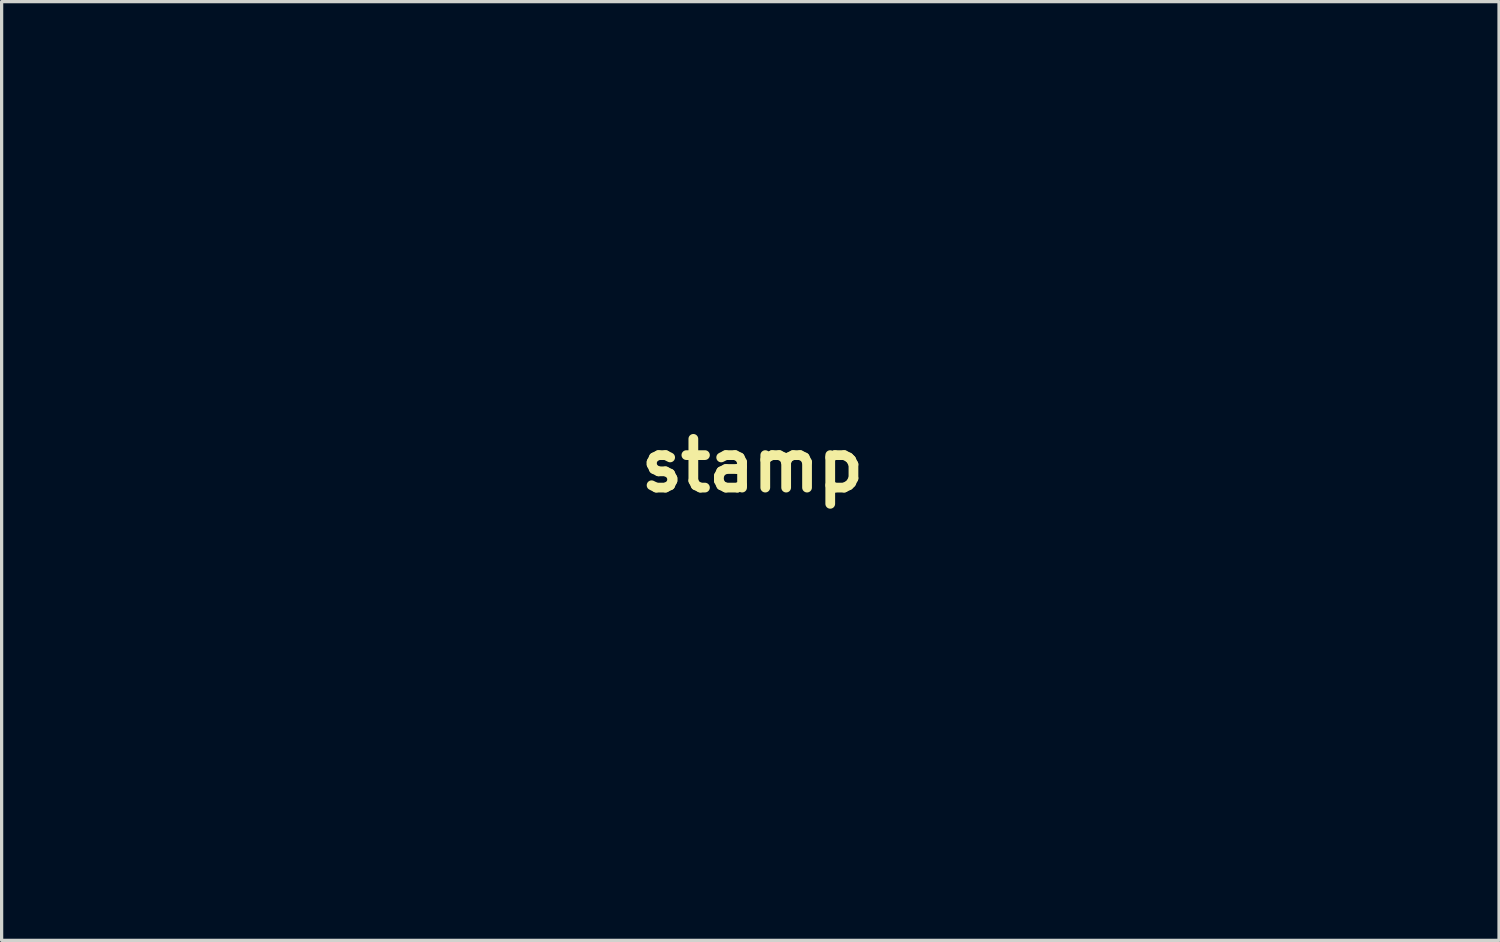
<source format=kicad_pcb>
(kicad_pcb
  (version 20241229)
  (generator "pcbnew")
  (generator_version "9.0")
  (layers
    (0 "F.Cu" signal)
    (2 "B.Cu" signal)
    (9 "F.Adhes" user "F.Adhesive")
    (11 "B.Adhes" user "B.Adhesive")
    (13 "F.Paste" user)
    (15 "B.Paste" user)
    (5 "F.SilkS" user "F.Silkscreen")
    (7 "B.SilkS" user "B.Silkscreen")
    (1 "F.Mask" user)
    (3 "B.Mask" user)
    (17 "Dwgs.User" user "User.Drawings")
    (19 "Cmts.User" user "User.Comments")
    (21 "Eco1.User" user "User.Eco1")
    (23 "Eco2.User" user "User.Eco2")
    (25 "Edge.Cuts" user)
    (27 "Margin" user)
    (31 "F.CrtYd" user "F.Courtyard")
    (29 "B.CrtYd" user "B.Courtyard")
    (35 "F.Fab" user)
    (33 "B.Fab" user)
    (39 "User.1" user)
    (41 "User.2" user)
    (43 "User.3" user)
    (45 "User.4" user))
  (footprint "stamp"
    (layer "F.Cu")
    (at 20.116 11.282)
    (property "Reference" "stamp" (at 0 0 0) (layer "F.SilkS") (effects (font (size 1.5 1.5) (thickness 0.3))))
    (attr board_only exclude_from_pos_files exclude_from_bom)
    (fp_poly (pts (xy -7.809 -2.251) (xy -7.809 -1.445) (xy -8.004 -1.445) (xy -8.198 -1.445) (xy -8.198 -2.251) (xy -8.198 -3.057) (xy -8.004 -3.057) (xy -7.809 -3.057)) (stroke (width 0) (type solid)) (fill yes) (layer "F.Mask"))
    (fp_poly (pts (xy 10.317 7.357) (xy 10.359 7.431) (xy 10.366 7.483) (xy 10.343 7.564) (xy 10.287 7.62) (xy 10.212 7.644) (xy 10.135 7.631) (xy 10.075 7.58) (xy 10.036 7.492) (xy 10.05 7.413) (xy 10.088 7.364) (xy 10.166 7.317) (xy 10.247 7.317)) (stroke (width 0) (type solid)) (fill yes) (layer "F.Mask"))
    (fp_poly (pts (xy 13.931 8.334) (xy 13.986 8.393) (xy 14.006 8.474) (xy 13.984 8.561) (xy 13.926 8.618) (xy 13.849 8.639) (xy 13.767 8.617) (xy 13.728 8.587) (xy 13.679 8.51) (xy 13.685 8.428) (xy 13.716 8.371) (xy 13.781 8.318) (xy 13.857 8.307)) (stroke (width 0) (type solid)) (fill yes) (layer "F.Mask"))
    (fp_poly (pts (xy 19.55 5.352) (xy 19.604 5.397) (xy 19.643 5.48) (xy 19.63 5.552) (xy 19.583 5.609) (xy 19.51 5.66) (xy 19.441 5.661) (xy 19.376 5.626) (xy 19.329 5.567) (xy 19.312 5.489) (xy 19.325 5.414) (xy 19.368 5.364) (xy 19.463 5.337)) (stroke (width 0) (type solid)) (fill yes) (layer "F.Mask"))
    (fp_poly (pts (xy 9.942 7.651) (xy 9.965 7.663) (xy 10.023 7.729) (xy 10.043 7.811) (xy 10.029 7.871) (xy 9.964 7.949) (xy 9.884 7.977) (xy 9.799 7.955) (xy 9.754 7.92) (xy 9.713 7.86) (xy 9.699 7.809) (xy 9.723 7.734) (xy 9.784 7.677) (xy 9.863 7.646)) (stroke (width 0) (type solid)) (fill yes) (layer "F.Mask"))
    (fp_poly (pts (xy 12.598 3.69) (xy 12.661 3.744) (xy 12.698 3.809) (xy 12.7 3.829) (xy 12.677 3.912) (xy 12.619 3.971) (xy 12.541 4) (xy 12.46 3.991) (xy 12.41 3.958) (xy 12.37 3.885) (xy 12.372 3.802) (xy 12.409 3.728) (xy 12.474 3.679) (xy 12.529 3.668)) (stroke (width 0) (type solid)) (fill yes) (layer "F.Mask"))
    (fp_poly (pts (xy 12.897 5.013) (xy 12.973 5.054) (xy 13.004 5.091) (xy 13.029 5.147) (xy 13.024 5.19) (xy 12.988 5.244) (xy 12.915 5.313) (xy 12.837 5.327) (xy 12.763 5.293) (xy 12.717 5.233) (xy 12.699 5.152) (xy 12.711 5.074) (xy 12.74 5.031) (xy 12.812 5.004)) (stroke (width 0) (type solid)) (fill yes) (layer "F.Mask"))
    (fp_poly (pts (xy 12.928 6.671) (xy 12.987 6.721) (xy 13.019 6.791) (xy 13.012 6.872) (xy 12.995 6.905) (xy 12.934 6.956) (xy 12.852 6.977) (xy 12.771 6.966) (xy 12.733 6.942) (xy 12.701 6.875) (xy 12.703 6.79) (xy 12.736 6.713) (xy 12.771 6.68) (xy 12.852 6.654)) (stroke (width 0) (type solid)) (fill yes) (layer "F.Mask"))
    (fp_poly (pts (xy 13.927 7.666) (xy 13.981 7.725) (xy 14.004 7.803) (xy 13.99 7.882) (xy 13.955 7.93) (xy 13.874 7.971) (xy 13.787 7.961) (xy 13.728 7.92) (xy 13.687 7.86) (xy 13.673 7.809) (xy 13.697 7.738) (xy 13.756 7.677) (xy 13.83 7.644) (xy 13.849 7.642)) (stroke (width 0) (type solid)) (fill yes) (layer "F.Mask"))
    (fp_poly (pts (xy 14.276 8.67) (xy 14.296 8.686) (xy 14.335 8.759) (xy 14.334 8.844) (xy 14.297 8.916) (xy 14.278 8.933) (xy 14.19 8.972) (xy 14.11 8.958) (xy 14.062 8.921) (xy 14.013 8.844) (xy 14.018 8.762) (xy 14.049 8.704) (xy 14.114 8.656) (xy 14.197 8.644)) (stroke (width 0) (type solid)) (fill yes) (layer "F.Mask"))
    (fp_poly (pts (xy 15.579 3.025) (xy 15.638 3.083) (xy 15.671 3.156) (xy 15.674 3.178) (xy 15.65 3.255) (xy 15.59 3.309) (xy 15.511 3.334) (xy 15.43 3.322) (xy 15.384 3.291) (xy 15.344 3.218) (xy 15.347 3.136) (xy 15.385 3.063) (xy 15.452 3.013) (xy 15.513 3.001)) (stroke (width 0) (type solid)) (fill yes) (layer "F.Mask"))
    (fp_poly (pts (xy 15.908 3.357) (xy 15.967 3.406) (xy 15.998 3.477) (xy 15.988 3.56) (xy 15.969 3.597) (xy 15.904 3.653) (xy 15.82 3.669) (xy 15.739 3.642) (xy 15.717 3.625) (xy 15.677 3.549) (xy 15.68 3.464) (xy 15.723 3.39) (xy 15.745 3.373) (xy 15.83 3.343)) (stroke (width 0) (type solid)) (fill yes) (layer "F.Mask"))
    (fp_poly (pts (xy 16.227 3.025) (xy 16.295 3.093) (xy 16.332 3.15) (xy 16.336 3.193) (xy 16.311 3.246) (xy 16.249 3.307) (xy 16.162 3.331) (xy 16.071 3.314) (xy 16.056 3.305) (xy 16.014 3.252) (xy 16.005 3.176) (xy 16.026 3.099) (xy 16.075 3.041) (xy 16.156 3.008)) (stroke (width 0) (type solid)) (fill yes) (layer "F.Mask"))
    (fp_poly (pts (xy 17.567 7.666) (xy 17.621 7.725) (xy 17.644 7.803) (xy 17.631 7.882) (xy 17.596 7.93) (xy 17.514 7.971) (xy 17.428 7.961) (xy 17.369 7.92) (xy 17.327 7.86) (xy 17.313 7.809) (xy 17.337 7.738) (xy 17.396 7.677) (xy 17.471 7.644) (xy 17.489 7.642)) (stroke (width 0) (type solid)) (fill yes) (layer "F.Mask"))
    (fp_poly (pts (xy 17.901 4.359) (xy 17.955 4.418) (xy 17.978 4.496) (xy 17.964 4.575) (xy 17.929 4.623) (xy 17.848 4.664) (xy 17.761 4.654) (xy 17.702 4.613) (xy 17.661 4.553) (xy 17.647 4.502) (xy 17.671 4.431) (xy 17.73 4.37) (xy 17.804 4.337) (xy 17.823 4.335)) (stroke (width 0) (type solid)) (fill yes) (layer "F.Mask"))
    (fp_poly (pts (xy 17.917 5.03) (xy 17.936 5.046) (xy 17.975 5.119) (xy 17.975 5.203) (xy 17.937 5.276) (xy 17.918 5.292) (xy 17.83 5.332) (xy 17.751 5.317) (xy 17.702 5.28) (xy 17.653 5.203) (xy 17.659 5.121) (xy 17.69 5.064) (xy 17.754 5.015) (xy 17.838 5.003)) (stroke (width 0) (type solid)) (fill yes) (layer "F.Mask"))
    (fp_poly (pts (xy 18.194 6.654) (xy 18.252 6.685) (xy 18.301 6.749) (xy 18.313 6.833) (xy 18.286 6.912) (xy 18.27 6.932) (xy 18.198 6.969) (xy 18.111 6.969) (xy 18.036 6.934) (xy 18.026 6.924) (xy 17.985 6.843) (xy 17.995 6.756) (xy 18.036 6.697) (xy 18.112 6.649)) (stroke (width 0) (type solid)) (fill yes) (layer "F.Mask"))
    (fp_poly (pts (xy 18.248 4.701) (xy 18.268 4.72) (xy 18.308 4.798) (xy 18.306 4.882) (xy 18.262 4.951) (xy 18.252 4.959) (xy 18.163 4.998) (xy 18.084 4.984) (xy 18.036 4.947) (xy 17.987 4.87) (xy 17.992 4.788) (xy 18.023 4.73) (xy 18.088 4.681) (xy 18.17 4.671)) (stroke (width 0) (type solid)) (fill yes) (layer "F.Mask"))
    (fp_poly (pts (xy 19.849 5.007) (xy 19.921 5.045) (xy 19.938 5.064) (xy 19.977 5.146) (xy 19.964 5.218) (xy 19.917 5.275) (xy 19.843 5.326) (xy 19.774 5.327) (xy 19.709 5.292) (xy 19.661 5.228) (xy 19.648 5.145) (xy 19.675 5.066) (xy 19.691 5.046) (xy 19.764 5.007)) (stroke (width 0) (type solid)) (fill yes) (layer "F.Mask"))
    (fp_poly (pts (xy 3.98 -1.785) (xy 4.049 -1.728) (xy 4.081 -1.65) (xy 4.068 -1.562) (xy 4.017 -1.485) (xy 3.937 -1.429) (xy 3.858 -1.425) (xy 3.769 -1.475) (xy 3.769 -1.475) (xy 3.71 -1.55) (xy 3.695 -1.635) (xy 3.719 -1.716) (xy 3.777 -1.778) (xy 3.865 -1.806) (xy 3.878 -1.806)) (stroke (width 0) (type solid)) (fill yes) (layer "F.Mask"))
    (fp_poly (pts (xy 9.275 6.996) (xy 9.339 7.047) (xy 9.384 7.109) (xy 9.393 7.145) (xy 9.369 7.225) (xy 9.309 7.281) (xy 9.227 7.306) (xy 9.14 7.293) (xy 9.103 7.272) (xy 9.061 7.211) (xy 9.056 7.135) (xy 9.084 7.058) (xy 9.137 7) (xy 9.21 6.975) (xy 9.212 6.975)) (stroke (width 0) (type solid)) (fill yes) (layer "F.Mask"))
    (fp_poly (pts (xy 9.614 7.332) (xy 9.674 7.389) (xy 9.709 7.46) (xy 9.71 7.515) (xy 9.661 7.595) (xy 9.582 7.638) (xy 9.546 7.642) (xy 9.476 7.626) (xy 9.443 7.607) (xy 9.398 7.552) (xy 9.381 7.515) (xy 9.386 7.446) (xy 9.428 7.376) (xy 9.49 7.324) (xy 9.546 7.309)) (stroke (width 0) (type solid)) (fill yes) (layer "F.Mask"))
    (fp_poly (pts (xy 9.625 5.347) (xy 9.664 5.37) (xy 9.711 5.459) (xy 9.702 5.541) (xy 9.66 5.599) (xy 9.588 5.655) (xy 9.525 5.663) (xy 9.454 5.623) (xy 9.448 5.619) (xy 9.399 5.548) (xy 9.388 5.461) (xy 9.418 5.381) (xy 9.421 5.377) (xy 9.474 5.347) (xy 9.551 5.337)) (stroke (width 0) (type solid)) (fill yes) (layer "F.Mask"))
    (fp_poly (pts (xy 9.962 5.014) (xy 10.004 5.044) (xy 10.037 5.122) (xy 10.028 5.209) (xy 9.981 5.282) (xy 9.977 5.285) (xy 9.894 5.33) (xy 9.821 5.32) (xy 9.756 5.262) (xy 9.71 5.192) (xy 9.704 5.135) (xy 9.737 5.071) (xy 9.742 5.064) (xy 9.802 5.019) (xy 9.884 5.002)) (stroke (width 0) (type solid)) (fill yes) (layer "F.Mask"))
    (fp_poly (pts (xy 11.276 3.358) (xy 11.339 3.418) (xy 11.366 3.495) (xy 11.366 3.499) (xy 11.343 3.583) (xy 11.286 3.641) (xy 11.209 3.667) (xy 11.13 3.655) (xy 11.079 3.617) (xy 11.042 3.553) (xy 11.033 3.506) (xy 11.055 3.437) (xy 11.108 3.373) (xy 11.173 3.337) (xy 11.193 3.335)) (stroke (width 0) (type solid)) (fill yes) (layer "F.Mask"))
    (fp_poly (pts (xy 12.909 10.637) (xy 12.984 10.702) (xy 12.988 10.707) (xy 13.025 10.765) (xy 13.029 10.808) (xy 13.004 10.86) (xy 12.942 10.921) (xy 12.855 10.945) (xy 12.764 10.928) (xy 12.749 10.92) (xy 12.711 10.869) (xy 12.7 10.792) (xy 12.717 10.713) (xy 12.753 10.66) (xy 12.829 10.622)) (stroke (width 0) (type solid)) (fill yes) (layer "F.Mask"))
    (fp_poly (pts (xy 15.862 2.678) (xy 15.915 2.713) (xy 15.983 2.787) (xy 16.001 2.867) (xy 15.967 2.944) (xy 15.963 2.948) (xy 15.897 2.99) (xy 15.815 3.002) (xy 15.741 2.983) (xy 15.701 2.944) (xy 15.676 2.85) (xy 15.698 2.762) (xy 15.762 2.698) (xy 15.763 2.697) (xy 15.818 2.672)) (stroke (width 0) (type solid)) (fill yes) (layer "F.Mask"))
    (fp_poly (pts (xy 17.211 2.023) (xy 17.278 2.063) (xy 17.31 2.119) (xy 17.312 2.198) (xy 17.289 2.274) (xy 17.251 2.319) (xy 17.179 2.356) (xy 17.118 2.349) (xy 17.05 2.296) (xy 17.048 2.294) (xy 16.992 2.221) (xy 16.988 2.154) (xy 17.035 2.083) (xy 17.05 2.067) (xy 17.128 2.018)) (stroke (width 0) (type solid)) (fill yes) (layer "F.Mask"))
    (fp_poly (pts (xy 18.236 4.03) (xy 18.292 4.089) (xy 18.314 4.173) (xy 18.314 4.173) (xy 18.291 4.253) (xy 18.234 4.308) (xy 18.159 4.333) (xy 18.083 4.322) (xy 18.023 4.273) (xy 17.99 4.211) (xy 17.98 4.168) (xy 17.995 4.114) (xy 18.023 4.064) (xy 18.087 4.012) (xy 18.163 4.003)) (stroke (width 0) (type solid)) (fill yes) (layer "F.Mask"))
    (fp_poly (pts (xy 19.165 5.991) (xy 19.238 6.032) (xy 19.292 6.097) (xy 19.309 6.148) (xy 19.296 6.219) (xy 19.242 6.277) (xy 19.186 6.319) (xy 19.146 6.331) (xy 19.097 6.318) (xy 19.072 6.308) (xy 19.014 6.259) (xy 18.988 6.184) (xy 18.995 6.102) (xy 19.032 6.03) (xy 19.093 5.988)) (stroke (width 0) (type solid)) (fill yes) (layer "F.Mask"))
    (fp_poly (pts (xy 1.056 -9.31) (xy 1.056 -9.143) (xy 0.806 -9.143) (xy 0.556 -9.143) (xy 0.556 -8.504) (xy 0.556 -7.865) (xy 0.347 -7.865) (xy 0.139 -7.865) (xy 0.139 -8.504) (xy 0.139 -9.143) (xy -0.097 -9.143) (xy -0.333 -9.143) (xy -0.333 -9.31) (xy -0.333 -9.476) (xy 0.361 -9.476) (xy 1.056 -9.476)) (stroke (width 0) (type solid)) (fill yes) (layer "F.Mask"))
    (fp_poly (pts (xy 9.309 5.695) (xy 9.35 5.731) (xy 9.387 5.803) (xy 9.38 5.864) (xy 9.327 5.932) (xy 9.325 5.934) (xy 9.253 5.99) (xy 9.19 5.996) (xy 9.117 5.955) (xy 9.115 5.952) (xy 9.065 5.881) (xy 9.054 5.794) (xy 9.084 5.715) (xy 9.087 5.711) (xy 9.149 5.675) (xy 9.231 5.67)) (stroke (width 0) (type solid)) (fill yes) (layer "F.Mask"))
    (fp_poly (pts (xy 10.61 6.004) (xy 10.669 6.056) (xy 10.693 6.135) (xy 10.694 6.145) (xy 10.688 6.231) (xy 10.645 6.286) (xy 10.568 6.321) (xy 10.508 6.321) (xy 10.445 6.279) (xy 10.434 6.268) (xy 10.379 6.187) (xy 10.38 6.11) (xy 10.437 6.036) (xy 10.457 6.02) (xy 10.514 5.983) (xy 10.558 5.98)) (stroke (width 0) (type solid)) (fill yes) (layer "F.Mask"))
    (fp_poly (pts (xy 12.576 9.636) (xy 12.634 9.687) (xy 12.681 9.747) (xy 12.7 9.796) (xy 12.68 9.847) (xy 12.632 9.907) (xy 12.574 9.957) (xy 12.527 9.977) (xy 12.478 9.962) (xy 12.428 9.933) (xy 12.378 9.869) (xy 12.367 9.789) (xy 12.389 9.709) (xy 12.44 9.645) (xy 12.515 9.616) (xy 12.527 9.615)) (stroke (width 0) (type solid)) (fill yes) (layer "F.Mask"))
    (fp_poly (pts (xy 16.916 5.026) (xy 16.963 5.072) (xy 16.976 5.096) (xy 16.998 5.157) (xy 16.988 5.206) (xy 16.959 5.249) (xy 16.887 5.315) (xy 16.81 5.326) (xy 16.73 5.282) (xy 16.715 5.268) (xy 16.665 5.203) (xy 16.659 5.144) (xy 16.662 5.134) (xy 16.7 5.05) (xy 16.758 5.012) (xy 16.838 5.008)) (stroke (width 0) (type solid)) (fill yes) (layer "F.Mask"))
    (fp_poly (pts (xy 9.979 8.673) (xy 9.989 8.68) (xy 10.031 8.74) (xy 10.036 8.817) (xy 10.008 8.893) (xy 9.954 8.952) (xy 9.88 8.976) (xy 9.877 8.976) (xy 9.816 8.955) (xy 9.757 8.903) (xy 9.756 8.903) (xy 9.71 8.832) (xy 9.704 8.776) (xy 9.737 8.711) (xy 9.742 8.704) (xy 9.807 8.655) (xy 9.893 8.644)) (stroke (width 0) (type solid)) (fill yes) (layer "F.Mask"))
    (fp_poly (pts (xy 13.923 9.64) (xy 13.982 9.704) (xy 14.006 9.791) (xy 14.006 9.796) (xy 13.988 9.885) (xy 13.944 9.933) (xy 13.872 9.971) (xy 13.811 9.964) (xy 13.743 9.91) (xy 13.741 9.908) (xy 13.694 9.85) (xy 13.673 9.799) (xy 13.673 9.796) (xy 13.693 9.745) (xy 13.741 9.684) (xy 13.799 9.635) (xy 13.846 9.615)) (stroke (width 0) (type solid)) (fill yes) (layer "F.Mask"))
    (fp_poly (pts (xy 17.854 9.3) (xy 17.888 9.315) (xy 17.951 9.37) (xy 17.979 9.449) (xy 17.971 9.531) (xy 17.923 9.597) (xy 17.92 9.599) (xy 17.852 9.636) (xy 17.794 9.633) (xy 17.726 9.589) (xy 17.713 9.578) (xy 17.662 9.523) (xy 17.652 9.468) (xy 17.657 9.44) (xy 17.694 9.369) (xy 17.743 9.322) (xy 17.8 9.293)) (stroke (width 0) (type solid)) (fill yes) (layer "F.Mask"))
    (fp_poly (pts (xy -10.709 -8.999) (xy -10.352 -8.521) (xy -10.344 -8.999) (xy -10.337 -9.476) (xy -10.143 -9.476) (xy -9.949 -9.476) (xy -9.949 -8.67) (xy -9.949 -7.865) (xy -10.129 -7.865) (xy -10.309 -7.865) (xy -10.678 -8.356) (xy -11.046 -8.847) (xy -11.054 -8.356) (xy -11.062 -7.865) (xy -11.256 -7.865) (xy -11.449 -7.865) (xy -11.449 -8.67) (xy -11.449 -9.476) (xy -11.258 -9.476) (xy -11.067 -9.476)) (stroke (width 0) (type solid)) (fill yes) (layer "F.Mask"))
    (fp_poly (pts (xy 11.132 5.335) (xy 11.235 5.347) (xy 11.306 5.368) (xy 11.322 5.379) (xy 11.361 5.453) (xy 11.356 5.539) (xy 11.311 5.614) (xy 11.272 5.642) (xy 11.22 5.659) (xy 11.139 5.667) (xy 11.033 5.669) (xy 10.915 5.667) (xy 10.838 5.658) (xy 10.788 5.64) (xy 10.755 5.614) (xy 10.707 5.535) (xy 10.707 5.45) (xy 10.75 5.382) (xy 10.807 5.356) (xy 10.902 5.34) (xy 11.015 5.333)) (stroke (width 0) (type solid)) (fill yes) (layer "F.Mask"))
    (fp_poly (pts (xy 16.597 10.334) (xy 16.616 10.355) (xy 16.651 10.433) (xy 16.672 10.543) (xy 16.677 10.667) (xy 16.667 10.783) (xy 16.64 10.872) (xy 16.631 10.887) (xy 16.569 10.934) (xy 16.486 10.95) (xy 16.406 10.934) (xy 16.365 10.903) (xy 16.343 10.85) (xy 16.326 10.755) (xy 16.317 10.646) (xy 16.314 10.533) (xy 16.32 10.458) (xy 16.337 10.405) (xy 16.368 10.359) (xy 16.443 10.296) (xy 16.521 10.288)) (stroke (width 0) (type solid)) (fill yes) (layer "F.Mask"))
    (fp_poly (pts (xy 12.917 3.019) (xy 12.976 3.075) (xy 13.011 3.152) (xy 13.031 3.262) (xy 13.037 3.386) (xy 13.026 3.502) (xy 12.999 3.591) (xy 12.99 3.607) (xy 12.93 3.651) (xy 12.848 3.669) (xy 12.769 3.657) (xy 12.733 3.635) (xy 12.716 3.587) (xy 12.704 3.491) (xy 12.7 3.351) (xy 12.7 3.345) (xy 12.701 3.222) (xy 12.706 3.142) (xy 12.718 3.093) (xy 12.739 3.063) (xy 12.762 3.045) (xy 12.845 3.006)) (stroke (width 0) (type solid)) (fill yes) (layer "F.Mask"))
    (fp_poly (pts (xy 14.747 9.621) (xy 14.875 9.638) (xy 14.956 9.672) (xy 14.997 9.73) (xy 15.007 9.796) (xy 14.995 9.871) (xy 14.955 9.922) (xy 14.878 9.953) (xy 14.756 9.969) (xy 14.71 9.972) (xy 14.595 9.975) (xy 14.519 9.97) (xy 14.466 9.954) (xy 14.419 9.924) (xy 14.416 9.922) (xy 14.355 9.846) (xy 14.343 9.766) (xy 14.378 9.693) (xy 14.456 9.639) (xy 14.495 9.626) (xy 14.558 9.619) (xy 14.654 9.617)) (stroke (width 0) (type solid)) (fill yes) (layer "F.Mask"))
    (fp_poly (pts (xy 16.133 0.696) (xy 16.208 0.702) (xy 16.254 0.716) (xy 16.284 0.74) (xy 16.297 0.757) (xy 16.337 0.845) (xy 16.322 0.924) (xy 16.285 0.973) (xy 16.223 1.005) (xy 16.126 1.025) (xy 16.011 1.033) (xy 15.894 1.03) (xy 15.794 1.013) (xy 15.727 0.985) (xy 15.72 0.977) (xy 15.68 0.898) (xy 15.682 0.811) (xy 15.724 0.741) (xy 15.766 0.716) (xy 15.833 0.702) (xy 15.937 0.696) (xy 16.015 0.695)) (stroke (width 0) (type solid)) (fill yes) (layer "F.Mask"))
    (fp_poly (pts (xy 19.882 5.683) (xy 19.935 5.728) (xy 19.967 5.811) (xy 19.98 5.939) (xy 19.981 5.996) (xy 19.979 6.106) (xy 19.969 6.177) (xy 19.948 6.226) (xy 19.913 6.268) (xy 19.858 6.317) (xy 19.815 6.331) (xy 19.758 6.315) (xy 19.737 6.307) (xy 19.673 6.255) (xy 19.635 6.161) (xy 19.624 6.021) (xy 19.627 5.941) (xy 19.642 5.812) (xy 19.669 5.73) (xy 19.713 5.686) (xy 19.781 5.67) (xy 19.802 5.669)) (stroke (width 0) (type solid)) (fill yes) (layer "F.Mask"))
    (fp_poly (pts (xy 16.468 4.67) (xy 16.543 4.676) (xy 16.588 4.689) (xy 16.617 4.713) (xy 16.634 4.737) (xy 16.663 4.825) (xy 16.638 4.914) (xy 16.601 4.96) (xy 16.545 4.986) (xy 16.453 5.001) (xy 16.341 5.006) (xy 16.227 5.001) (xy 16.129 4.985) (xy 16.063 4.96) (xy 16.053 4.951) (xy 16.016 4.881) (xy 16.008 4.799) (xy 16.029 4.729) (xy 16.061 4.697) (xy 16.113 4.684) (xy 16.203 4.674) (xy 16.315 4.669) (xy 16.352 4.669)) (stroke (width 0) (type solid)) (fill yes) (layer "F.Mask"))
    (fp_poly (pts (xy 16.597 2.394) (xy 16.604 2.401) (xy 16.641 2.444) (xy 16.662 2.493) (xy 16.672 2.563) (xy 16.674 2.672) (xy 16.674 2.674) (xy 16.667 2.82) (xy 16.642 2.918) (xy 16.596 2.976) (xy 16.526 3) (xy 16.495 3.001) (xy 16.418 2.988) (xy 16.365 2.955) (xy 16.343 2.902) (xy 16.326 2.807) (xy 16.317 2.698) (xy 16.314 2.582) (xy 16.32 2.506) (xy 16.338 2.456) (xy 16.359 2.426) (xy 16.439 2.36) (xy 16.519 2.349)) (stroke (width 0) (type solid)) (fill yes) (layer "F.Mask"))
    (fp_poly (pts (xy -4.558 -2.905) (xy -4.558 -2.753) (xy -4.981 -2.745) (xy -5.405 -2.737) (xy -5.405 -2.584) (xy -5.405 -2.432) (xy -5.023 -2.424) (xy -4.641 -2.416) (xy -4.641 -2.25) (xy -4.641 -2.084) (xy -5.03 -2.084) (xy -5.419 -2.084) (xy -5.419 -1.931) (xy -5.419 -1.779) (xy -4.974 -1.779) (xy -4.53 -1.779) (xy -4.53 -1.612) (xy -4.53 -1.445) (xy -5.169 -1.445) (xy -5.808 -1.445) (xy -5.808 -2.251) (xy -5.808 -3.057) (xy -5.183 -3.057) (xy -4.558 -3.057)) (stroke (width 0) (type solid)) (fill yes) (layer "F.Mask"))
    (fp_poly (pts (xy -2.89 -6.101) (xy -2.89 -5.948) (xy -3.314 -5.941) (xy -3.738 -5.933) (xy -3.746 -5.773) (xy -3.754 -5.614) (xy -3.364 -5.614) (xy -2.974 -5.614) (xy -2.974 -5.447) (xy -2.974 -5.28) (xy -3.363 -5.28) (xy -3.752 -5.28) (xy -3.752 -5.127) (xy -3.752 -4.974) (xy -3.307 -4.974) (xy -2.862 -4.974) (xy -2.862 -4.808) (xy -2.862 -4.641) (xy -3.515 -4.641) (xy -4.168 -4.641) (xy -4.168 -5.447) (xy -4.168 -6.253) (xy -3.529 -6.253) (xy -2.89 -6.253)) (stroke (width 0) (type solid)) (fill yes) (layer "F.Mask"))
    (fp_poly (pts (xy 2.501 -9.324) (xy 2.501 -9.172) (xy 2.077 -9.164) (xy 1.654 -9.157) (xy 1.645 -8.997) (xy 1.637 -8.837) (xy 2.027 -8.837) (xy 2.418 -8.837) (xy 2.418 -8.67) (xy 2.418 -8.504) (xy 2.029 -8.504) (xy 1.64 -8.504) (xy 1.64 -8.351) (xy 1.64 -8.198) (xy 2.084 -8.198) (xy 2.529 -8.198) (xy 2.529 -8.031) (xy 2.529 -7.865) (xy 1.876 -7.865) (xy 1.223 -7.865) (xy 1.223 -8.67) (xy 1.223 -9.476) (xy 1.862 -9.476) (xy 2.501 -9.476)) (stroke (width 0) (type solid)) (fill yes) (layer "F.Mask"))
    (fp_poly (pts (xy 4.558 -5.919) (xy 4.558 -5.586) (xy 4.891 -5.586) (xy 5.225 -5.586) (xy 5.225 -5.919) (xy 5.225 -6.253) (xy 5.433 -6.253) (xy 5.641 -6.253) (xy 5.641 -5.447) (xy 5.641 -4.641) (xy 5.434 -4.641) (xy 5.226 -4.641) (xy 5.218 -4.954) (xy 5.211 -5.266) (xy 4.884 -5.274) (xy 4.558 -5.282) (xy 4.558 -4.961) (xy 4.558 -4.641) (xy 4.349 -4.641) (xy 4.141 -4.641) (xy 4.141 -5.447) (xy 4.141 -6.253) (xy 4.349 -6.253) (xy 4.558 -6.253)) (stroke (width 0) (type solid)) (fill yes) (layer "F.Mask"))
    (fp_poly (pts (xy 12.504 10.954) (xy 12.6 10.973) (xy 12.658 11.015) (xy 12.688 11.09) (xy 12.699 11.207) (xy 12.7 11.283) (xy 12.696 11.422) (xy 12.677 11.516) (xy 12.634 11.574) (xy 12.559 11.604) (xy 12.443 11.615) (xy 12.357 11.616) (xy 12.236 11.614) (xy 12.157 11.606) (xy 12.108 11.589) (xy 12.079 11.565) (xy 12.055 11.523) (xy 12.04 11.456) (xy 12.034 11.35) (xy 12.033 11.278) (xy 12.036 11.138) (xy 12.053 11.045) (xy 12.091 10.989) (xy 12.161 10.96) (xy 12.272 10.95) (xy 12.362 10.949)) (stroke (width 0) (type solid)) (fill yes) (layer "F.Mask"))
    (fp_poly (pts (xy 10.381 9.954) (xy 10.508 9.974) (xy 10.597 10.016) (xy 10.653 10.088) (xy 10.685 10.196) (xy 10.697 10.347) (xy 10.699 10.464) (xy 10.699 10.76) (xy 10.605 10.855) (xy 10.51 10.949) (xy 10.209 10.947) (xy 10.079 10.944) (xy 9.964 10.936) (xy 9.88 10.925) (xy 9.846 10.916) (xy 9.779 10.861) (xy 9.734 10.77) (xy 9.707 10.635) (xy 9.699 10.453) (xy 9.699 10.45) (xy 9.706 10.272) (xy 9.734 10.14) (xy 9.789 10.048) (xy 9.876 9.99) (xy 10.004 9.959) (xy 10.178 9.949) (xy 10.208 9.949)) (stroke (width 0) (type solid)) (fill yes) (layer "F.Mask"))
    (fp_poly (pts (xy 1.942 -2.273) (xy 1.967 -2.253) (xy 1.966 -2.244) (xy 1.951 -2.207) (xy 1.921 -2.128) (xy 1.877 -2.018) (xy 1.826 -1.886) (xy 1.803 -1.827) (xy 1.654 -1.445) (xy 1.54 -1.445) (xy 1.427 -1.445) (xy 1.284 -1.813) (xy 1.232 -1.95) (xy 1.185 -2.071) (xy 1.148 -2.166) (xy 1.126 -2.223) (xy 1.123 -2.232) (xy 1.118 -2.263) (xy 1.141 -2.276) (xy 1.205 -2.275) (xy 1.224 -2.274) (xy 1.343 -2.265) (xy 1.439 -1.977) (xy 1.488 -1.84) (xy 1.524 -1.756) (xy 1.549 -1.723) (xy 1.559 -1.727) (xy 1.578 -1.768) (xy 1.609 -1.849) (xy 1.647 -1.956) (xy 1.669 -2.022) (xy 1.755 -2.279) (xy 1.867 -2.279)) (stroke (width 0) (type solid)) (fill yes) (layer "F.Mask"))
    (fp_poly (pts (xy 10.627 1.447) (xy 10.658 1.488) (xy 10.679 1.529) (xy 10.691 1.582) (xy 10.697 1.661) (xy 10.699 1.777) (xy 10.699 1.847) (xy 10.699 1.984) (xy 10.695 2.077) (xy 10.687 2.139) (xy 10.671 2.183) (xy 10.644 2.22) (xy 10.619 2.248) (xy 10.538 2.334) (xy 10.208 2.334) (xy 10.048 2.332) (xy 9.936 2.325) (xy 9.862 2.312) (xy 9.82 2.294) (xy 9.764 2.239) (xy 9.727 2.162) (xy 9.707 2.053) (xy 9.701 1.903) (xy 9.703 1.81) (xy 9.708 1.682) (xy 9.716 1.595) (xy 9.73 1.538) (xy 9.753 1.495) (xy 9.788 1.453) (xy 9.794 1.447) (xy 9.876 1.362) (xy 10.216 1.362) (xy 10.555 1.362)) (stroke (width 0) (type solid)) (fill yes) (layer "F.Mask"))
    (fp_poly (pts (xy -3.835 -8.67) (xy -3.835 -7.865) (xy -4.015 -7.865) (xy -4.195 -7.865) (xy -4.203 -8.383) (xy -4.21 -8.902) (xy -4.396 -8.474) (xy -4.582 -8.045) (xy -4.727 -8.045) (xy -4.873 -8.045) (xy -5.056 -8.47) (xy -5.238 -8.894) (xy -5.246 -8.379) (xy -5.254 -7.865) (xy -5.434 -7.865) (xy -5.614 -7.865) (xy -5.614 -8.67) (xy -5.614 -9.476) (xy -5.384 -9.476) (xy -5.155 -9.475) (xy -4.949 -9.017) (xy -4.883 -8.871) (xy -4.823 -8.744) (xy -4.775 -8.644) (xy -4.741 -8.58) (xy -4.726 -8.559) (xy -4.709 -8.583) (xy -4.674 -8.65) (xy -4.625 -8.752) (xy -4.564 -8.881) (xy -4.502 -9.018) (xy -4.296 -9.476) (xy -4.066 -9.476) (xy -3.835 -9.476)) (stroke (width 0) (type solid)) (fill yes) (layer "F.Mask"))
    (fp_poly (pts (xy -0.867 -3.051) (xy -0.654 -3.043) (xy -0.473 -2.716) (xy -0.406 -2.597) (xy -0.347 -2.497) (xy -0.303 -2.425) (xy -0.279 -2.391) (xy -0.277 -2.39) (xy -0.259 -2.413) (xy -0.22 -2.476) (xy -0.166 -2.571) (xy -0.101 -2.688) (xy -0.082 -2.723) (xy 0.097 -3.057) (xy 0.299 -3.057) (xy 0.397 -3.055) (xy 0.468 -3.05) (xy 0.5 -3.044) (xy 0.5 -3.043) (xy 0.488 -3.015) (xy 0.452 -2.946) (xy 0.398 -2.843) (xy 0.328 -2.712) (xy 0.247 -2.561) (xy 0.208 -2.489) (xy -0.083 -1.95) (xy -0.083 -1.697) (xy -0.083 -1.445) (xy -0.278 -1.445) (xy -0.472 -1.445) (xy -0.472 -1.691) (xy -0.472 -1.936) (xy -0.776 -2.498) (xy -1.08 -3.059)) (stroke (width 0) (type solid)) (fill yes) (layer "F.Mask"))
    (fp_poly (pts (xy 10.279 5.343) (xy 10.325 5.37) (xy 10.353 5.426) (xy 10.366 5.521) (xy 10.37 5.659) (xy 10.369 5.779) (xy 10.363 5.857) (xy 10.35 5.906) (xy 10.326 5.939) (xy 10.309 5.953) (xy 10.238 5.988) (xy 10.154 6.003) (xy 10.09 6.008) (xy 10.064 6.033) (xy 10.06 6.079) (xy 10.04 6.189) (xy 9.989 6.27) (xy 9.915 6.312) (xy 9.827 6.309) (xy 9.819 6.306) (xy 9.759 6.269) (xy 9.722 6.204) (xy 9.703 6.101) (xy 9.699 5.983) (xy 9.706 5.844) (xy 9.73 5.751) (xy 9.777 5.696) (xy 9.852 5.672) (xy 9.909 5.669) (xy 10.032 5.669) (xy 10.032 5.564) (xy 10.05 5.447) (xy 10.103 5.37) (xy 10.188 5.337) (xy 10.211 5.336)) (stroke (width 0) (type solid)) (fill yes) (layer "F.Mask"))
    (fp_poly (pts (xy 9.325 7.686) (xy 9.337 7.698) (xy 9.356 7.72) (xy 9.371 7.749) (xy 9.381 7.793) (xy 9.387 7.859) (xy 9.391 7.956) (xy 9.393 8.092) (xy 9.393 8.273) (xy 9.393 8.304) (xy 9.393 8.493) (xy 9.392 8.633) (xy 9.389 8.734) (xy 9.383 8.804) (xy 9.374 8.85) (xy 9.36 8.88) (xy 9.341 8.903) (xy 9.329 8.916) (xy 9.245 8.968) (xy 9.164 8.965) (xy 9.099 8.918) (xy 9.079 8.892) (xy 9.065 8.856) (xy 9.055 8.802) (xy 9.048 8.721) (xy 9.042 8.606) (xy 9.039 8.447) (xy 9.037 8.357) (xy 9.035 8.192) (xy 9.035 8.042) (xy 9.036 7.918) (xy 9.04 7.831) (xy 9.044 7.792) (xy 9.088 7.704) (xy 9.159 7.653) (xy 9.243 7.646)) (stroke (width 0) (type solid)) (fill yes) (layer "F.Mask"))
    (fp_poly (pts (xy 12.507 6.982) (xy 12.606 7.004) (xy 12.665 7.049) (xy 12.694 7.119) (xy 12.7 7.198) (xy 12.703 7.269) (xy 12.721 7.3) (xy 12.771 7.308) (xy 12.806 7.309) (xy 12.919 7.325) (xy 12.988 7.375) (xy 13.014 7.459) (xy 13.015 7.475) (xy 13.01 7.535) (xy 12.99 7.579) (xy 12.949 7.609) (xy 12.877 7.628) (xy 12.769 7.638) (xy 12.617 7.642) (xy 12.518 7.642) (xy 12.36 7.641) (xy 12.248 7.638) (xy 12.172 7.632) (xy 12.124 7.621) (xy 12.093 7.605) (xy 12.079 7.591) (xy 12.055 7.549) (xy 12.04 7.482) (xy 12.034 7.376) (xy 12.033 7.304) (xy 12.036 7.164) (xy 12.053 7.071) (xy 12.091 7.015) (xy 12.161 6.986) (xy 12.272 6.976) (xy 12.362 6.975)) (stroke (width 0) (type solid)) (fill yes) (layer "F.Mask"))
    (fp_poly (pts (xy 9.325 4.046) (xy 9.337 4.057) (xy 9.356 4.08) (xy 9.371 4.109) (xy 9.381 4.153) (xy 9.387 4.219) (xy 9.391 4.316) (xy 9.393 4.451) (xy 9.393 4.633) (xy 9.393 4.664) (xy 9.393 4.852) (xy 9.392 4.993) (xy 9.389 5.094) (xy 9.383 5.163) (xy 9.374 5.209) (xy 9.36 5.24) (xy 9.341 5.263) (xy 9.329 5.275) (xy 9.253 5.326) (xy 9.182 5.326) (xy 9.111 5.283) (xy 9.088 5.262) (xy 9.071 5.237) (xy 9.059 5.2) (xy 9.05 5.143) (xy 9.045 5.056) (xy 9.041 4.932) (xy 9.038 4.763) (xy 9.037 4.722) (xy 9.035 4.556) (xy 9.035 4.405) (xy 9.036 4.28) (xy 9.04 4.192) (xy 9.044 4.152) (xy 9.088 4.063) (xy 9.159 4.013) (xy 9.243 4.006)) (stroke (width 0) (type solid)) (fill yes) (layer "F.Mask"))
    (fp_poly (pts (xy 13.177 7.977) (xy 13.332 7.979) (xy 13.461 7.983) (xy 13.553 7.987) (xy 13.601 7.993) (xy 13.603 7.993) (xy 13.658 8.04) (xy 13.681 8.114) (xy 13.672 8.196) (xy 13.631 8.267) (xy 13.606 8.288) (xy 13.569 8.295) (xy 13.486 8.301) (xy 13.369 8.306) (xy 13.227 8.308) (xy 13.138 8.309) (xy 12.7 8.309) (xy 12.7 8.42) (xy 12.681 8.521) (xy 12.632 8.596) (xy 12.564 8.638) (xy 12.489 8.64) (xy 12.416 8.596) (xy 12.413 8.592) (xy 12.387 8.534) (xy 12.371 8.44) (xy 12.363 8.326) (xy 12.366 8.21) (xy 12.378 8.107) (xy 12.399 8.035) (xy 12.41 8.019) (xy 12.433 8.004) (xy 12.472 7.993) (xy 12.535 7.985) (xy 12.628 7.98) (xy 12.76 7.977) (xy 12.937 7.976) (xy 13.005 7.976)) (stroke (width 0) (type solid)) (fill yes) (layer "F.Mask"))
    (fp_poly (pts (xy 15.514 8.643) (xy 15.673 8.643) (xy 15.785 8.645) (xy 15.86 8.65) (xy 15.908 8.66) (xy 15.937 8.675) (xy 15.958 8.696) (xy 15.964 8.704) (xy 16.003 8.793) (xy 15.989 8.872) (xy 15.951 8.921) (xy 15.919 8.947) (xy 15.874 8.963) (xy 15.807 8.972) (xy 15.703 8.976) (xy 15.618 8.976) (xy 15.34 8.976) (xy 15.34 9.249) (xy 15.336 9.402) (xy 15.324 9.509) (xy 15.306 9.565) (xy 15.305 9.566) (xy 15.237 9.615) (xy 15.153 9.63) (xy 15.118 9.624) (xy 15.076 9.603) (xy 15.046 9.569) (xy 15.026 9.513) (xy 15.014 9.427) (xy 15.008 9.302) (xy 15.007 9.131) (xy 15.007 9.128) (xy 15.006 8.957) (xy 15.011 8.831) (xy 15.028 8.744) (xy 15.064 8.689) (xy 15.128 8.659) (xy 15.226 8.645) (xy 15.366 8.642)) (stroke (width 0) (type solid)) (fill yes) (layer "F.Mask"))
    (fp_poly (pts (xy 17.013 4.336) (xy 17.121 4.342) (xy 17.21 4.353) (xy 17.263 4.368) (xy 17.265 4.37) (xy 17.298 4.424) (xy 17.317 4.514) (xy 17.319 4.53) (xy 17.327 4.655) (xy 17.461 4.67) (xy 17.564 4.692) (xy 17.621 4.734) (xy 17.645 4.804) (xy 17.646 4.838) (xy 17.633 4.911) (xy 17.59 4.961) (xy 17.508 4.989) (xy 17.381 5.001) (xy 17.323 5.002) (xy 17.189 4.997) (xy 17.093 4.982) (xy 17.052 4.966) (xy 17.013 4.91) (xy 16.989 4.814) (xy 16.987 4.799) (xy 16.976 4.72) (xy 16.958 4.682) (xy 16.919 4.67) (xy 16.872 4.668) (xy 16.78 4.66) (xy 16.723 4.631) (xy 16.679 4.568) (xy 16.678 4.566) (xy 16.663 4.49) (xy 16.683 4.412) (xy 16.732 4.358) (xy 16.744 4.353) (xy 16.807 4.341) (xy 16.902 4.335)) (stroke (width 0) (type solid)) (fill yes) (layer "F.Mask"))
    (fp_poly (pts (xy 18.955 1.362) (xy 19.054 1.366) (xy 19.12 1.373) (xy 19.163 1.387) (xy 19.195 1.409) (xy 19.216 1.428) (xy 19.264 1.491) (xy 19.294 1.575) (xy 19.31 1.689) (xy 19.313 1.843) (xy 19.31 1.933) (xy 19.304 2.05) (xy 19.295 2.126) (xy 19.278 2.177) (xy 19.248 2.217) (xy 19.209 2.253) (xy 19.168 2.288) (xy 19.13 2.311) (xy 19.082 2.325) (xy 19.012 2.332) (xy 18.908 2.334) (xy 18.797 2.334) (xy 18.659 2.334) (xy 18.565 2.331) (xy 18.502 2.323) (xy 18.46 2.308) (xy 18.425 2.283) (xy 18.395 2.253) (xy 18.36 2.216) (xy 18.337 2.181) (xy 18.323 2.136) (xy 18.316 2.068) (xy 18.314 1.966) (xy 18.314 1.853) (xy 18.314 1.715) (xy 18.317 1.621) (xy 18.326 1.558) (xy 18.341 1.515) (xy 18.367 1.478) (xy 18.394 1.448) (xy 18.475 1.362) (xy 18.812 1.362)) (stroke (width 0) (type solid)) (fill yes) (layer "F.Mask"))
    (fp_poly (pts (xy -9.344 -3.057) (xy -9.137 -3.055) (xy -8.977 -3.047) (xy -8.854 -3.033) (xy -8.759 -3.009) (xy -8.683 -2.974) (xy -8.618 -2.926) (xy -8.584 -2.893) (xy -8.487 -2.761) (xy -8.435 -2.61) (xy -8.425 -2.451) (xy -8.457 -2.296) (xy -8.527 -2.154) (xy -8.634 -2.037) (xy -8.75 -1.966) (xy -8.882 -1.926) (xy -9.058 -1.9) (xy -9.121 -1.896) (xy -9.365 -1.882) (xy -9.365 -1.664) (xy -9.365 -1.445) (xy -9.574 -1.445) (xy -9.782 -1.445) (xy -9.782 -2.251) (xy -9.782 -2.751) (xy -9.365 -2.751) (xy -9.365 -2.484) (xy -9.365 -2.217) (xy -9.159 -2.228) (xy -9.033 -2.239) (xy -8.949 -2.259) (xy -8.896 -2.29) (xy -8.837 -2.378) (xy -8.819 -2.486) (xy -8.843 -2.596) (xy -8.849 -2.608) (xy -8.915 -2.682) (xy -9.025 -2.73) (xy -9.181 -2.75) (xy -9.233 -2.751) (xy -9.365 -2.751) (xy -9.782 -2.751) (xy -9.782 -3.057)) (stroke (width 0) (type solid)) (fill yes) (layer "F.Mask"))
    (fp_poly (pts (xy -6.961 -5.919) (xy -6.893 -5.798) (xy -6.833 -5.696) (xy -6.787 -5.624) (xy -6.761 -5.588) (xy -6.758 -5.586) (xy -6.739 -5.609) (xy -6.699 -5.673) (xy -6.645 -5.768) (xy -6.581 -5.886) (xy -6.563 -5.919) (xy -6.388 -6.253) (xy -6.18 -6.253) (xy -6.075 -6.252) (xy -6.015 -6.248) (xy -5.992 -6.236) (xy -5.994 -6.214) (xy -6.005 -6.19) (xy -6.028 -6.147) (xy -6.072 -6.063) (xy -6.134 -5.948) (xy -6.207 -5.81) (xy -6.289 -5.657) (xy -6.298 -5.64) (xy -6.558 -5.152) (xy -6.558 -4.896) (xy -6.558 -4.641) (xy -6.767 -4.641) (xy -6.975 -4.641) (xy -6.975 -4.907) (xy -6.975 -5.174) (xy -7.257 -5.692) (xy -7.341 -5.847) (xy -7.416 -5.986) (xy -7.478 -6.1) (xy -7.523 -6.183) (xy -7.547 -6.227) (xy -7.55 -6.232) (xy -7.531 -6.242) (xy -7.468 -6.249) (xy -7.375 -6.253) (xy -7.354 -6.253) (xy -7.146 -6.253)) (stroke (width 0) (type solid)) (fill yes) (layer "F.Mask"))
    (fp_poly (pts (xy 12.063 9.953) (xy 12.198 9.964) (xy 12.287 9.988) (xy 12.338 10.031) (xy 12.362 10.099) (xy 12.367 10.176) (xy 12.369 10.244) (xy 12.389 10.274) (xy 12.441 10.282) (xy 12.478 10.282) (xy 12.587 10.301) (xy 12.661 10.352) (xy 12.694 10.425) (xy 12.681 10.511) (xy 12.657 10.554) (xy 12.633 10.582) (xy 12.601 10.6) (xy 12.55 10.61) (xy 12.468 10.615) (xy 12.343 10.616) (xy 12.323 10.616) (xy 12.033 10.616) (xy 12.033 10.737) (xy 12.019 10.845) (xy 11.982 10.903) (xy 11.903 10.943) (xy 11.816 10.941) (xy 11.746 10.898) (xy 11.727 10.87) (xy 11.714 10.825) (xy 11.706 10.755) (xy 11.701 10.65) (xy 11.7 10.502) (xy 11.7 10.441) (xy 11.7 10.282) (xy 11.702 10.171) (xy 11.706 10.096) (xy 11.716 10.048) (xy 11.73 10.019) (xy 11.753 9.999) (xy 11.769 9.988) (xy 11.821 9.964) (xy 11.894 9.952) (xy 12.003 9.951)) (stroke (width 0) (type solid)) (fill yes) (layer "F.Mask"))
    (fp_poly (pts (xy 14.823 7.647) (xy 14.917 7.666) (xy 14.973 7.705) (xy 15 7.77) (xy 15.007 7.86) (xy 15.007 7.976) (xy 15.127 7.976) (xy 15.234 7.994) (xy 15.307 8.043) (xy 15.34 8.111) (xy 15.329 8.19) (xy 15.284 8.254) (xy 15.252 8.28) (xy 15.207 8.296) (xy 15.14 8.305) (xy 15.036 8.309) (xy 14.951 8.309) (xy 14.673 8.309) (xy 14.673 8.433) (xy 14.666 8.522) (xy 14.638 8.576) (xy 14.611 8.599) (xy 14.523 8.639) (xy 14.444 8.624) (xy 14.395 8.587) (xy 14.349 8.501) (xy 14.34 8.42) (xy 14.34 8.309) (xy 14.228 8.309) (xy 14.119 8.29) (xy 14.045 8.24) (xy 14.012 8.167) (xy 14.025 8.08) (xy 14.049 8.037) (xy 14.094 7.996) (xy 14.161 7.978) (xy 14.216 7.976) (xy 14.34 7.976) (xy 14.34 7.865) (xy 14.349 7.77) (xy 14.383 7.705) (xy 14.449 7.666) (xy 14.555 7.647) (xy 14.683 7.642)) (stroke (width 0) (type solid)) (fill yes) (layer "F.Mask"))
    (fp_poly (pts (xy 10.598 7.985) (xy 10.645 8.018) (xy 10.677 8.082) (xy 10.695 8.185) (xy 10.704 8.334) (xy 10.705 8.352) (xy 10.713 8.629) (xy 10.99 8.637) (xy 11.145 8.645) (xy 11.252 8.663) (xy 11.319 8.693) (xy 11.355 8.739) (xy 11.366 8.804) (xy 11.366 8.812) (xy 11.359 8.871) (xy 11.333 8.914) (xy 11.28 8.944) (xy 11.195 8.963) (xy 11.069 8.973) (xy 10.896 8.976) (xy 10.86 8.976) (xy 10.705 8.975) (xy 10.595 8.972) (xy 10.521 8.966) (xy 10.473 8.955) (xy 10.441 8.938) (xy 10.421 8.921) (xy 10.375 8.835) (xy 10.366 8.754) (xy 10.366 8.643) (xy 10.254 8.643) (xy 10.145 8.624) (xy 10.071 8.573) (xy 10.038 8.5) (xy 10.051 8.414) (xy 10.075 8.371) (xy 10.12 8.329) (xy 10.187 8.311) (xy 10.242 8.309) (xy 10.366 8.309) (xy 10.366 8.204) (xy 10.383 8.091) (xy 10.433 8.013) (xy 10.509 7.977) (xy 10.53 7.976)) (stroke (width 0) (type solid)) (fill yes) (layer "F.Mask"))
    (fp_poly (pts (xy 13.81 2.008) (xy 13.908 2.032) (xy 13.968 2.075) (xy 13.997 2.143) (xy 14.001 2.173) (xy 13.986 2.268) (xy 13.928 2.332) (xy 13.829 2.361) (xy 13.795 2.362) (xy 13.739 2.367) (xy 13.711 2.392) (xy 13.696 2.452) (xy 13.692 2.477) (xy 13.666 2.583) (xy 13.612 2.647) (xy 13.521 2.681) (xy 13.482 2.688) (xy 13.409 2.701) (xy 13.376 2.724) (xy 13.367 2.771) (xy 13.367 2.79) (xy 13.347 2.899) (xy 13.29 2.971) (xy 13.201 3.001) (xy 13.186 3.001) (xy 13.098 2.983) (xy 13.049 2.94) (xy 13.021 2.867) (xy 13.007 2.749) (xy 13.006 2.674) (xy 13.008 2.564) (xy 13.017 2.493) (xy 13.038 2.444) (xy 13.074 2.403) (xy 13.165 2.345) (xy 13.241 2.334) (xy 13.306 2.33) (xy 13.334 2.307) (xy 13.339 2.246) (xy 13.339 2.236) (xy 13.363 2.129) (xy 13.407 2.069) (xy 13.452 2.032) (xy 13.504 2.011) (xy 13.581 2.003) (xy 13.664 2.001)) (stroke (width 0) (type solid)) (fill yes) (layer "F.Mask"))
    (fp_poly (pts (xy -8.141 -9.474) (xy -7.979 -9.432) (xy -7.837 -9.356) (xy -7.76 -9.297) (xy -7.671 -9.222) (xy -7.785 -9.089) (xy -7.899 -8.957) (xy -8.037 -9.05) (xy -8.187 -9.123) (xy -8.335 -9.147) (xy -8.472 -9.125) (xy -8.591 -9.061) (xy -8.684 -8.959) (xy -8.743 -8.824) (xy -8.76 -8.69) (xy -8.738 -8.528) (xy -8.675 -8.396) (xy -8.578 -8.296) (xy -8.457 -8.234) (xy -8.318 -8.214) (xy -8.17 -8.238) (xy -8.02 -8.312) (xy -8.008 -8.321) (xy -7.907 -8.393) (xy -7.783 -8.269) (xy -7.66 -8.146) (xy -7.728 -8.087) (xy -7.836 -8.012) (xy -7.977 -7.942) (xy -8.127 -7.886) (xy -8.263 -7.854) (xy -8.281 -7.852) (xy -8.454 -7.855) (xy -8.583 -7.879) (xy -8.778 -7.96) (xy -8.94 -8.08) (xy -9.064 -8.231) (xy -9.148 -8.406) (xy -9.187 -8.598) (xy -9.18 -8.799) (xy -9.122 -9.002) (xy -9.099 -9.052) (xy -8.993 -9.211) (xy -8.843 -9.343) (xy -8.699 -9.426) (xy -8.617 -9.459) (xy -8.528 -9.478) (xy -8.413 -9.486) (xy -8.337 -9.487)) (stroke (width 0) (type solid)) (fill yes) (layer "F.Mask"))
    (fp_poly (pts (xy -3.8 -3.057) (xy -3.594 -3.055) (xy -3.434 -3.048) (xy -3.312 -3.036) (xy -3.217 -3.015) (xy -3.141 -2.984) (xy -3.076 -2.941) (xy -3.038 -2.91) (xy -2.933 -2.789) (xy -2.876 -2.649) (xy -2.862 -2.512) (xy -2.881 -2.332) (xy -2.937 -2.186) (xy -3.036 -2.068) (xy -3.144 -1.969) (xy -2.976 -1.706) (xy -2.807 -1.443) (xy -3.047 -1.451) (xy -3.287 -1.459) (xy -3.401 -1.674) (xy -3.515 -1.889) (xy -3.675 -1.889) (xy -3.835 -1.89) (xy -3.835 -1.667) (xy -3.835 -1.445) (xy -4.043 -1.445) (xy -4.252 -1.445) (xy -4.252 -2.251) (xy -4.252 -2.751) (xy -3.835 -2.751) (xy -3.835 -2.484) (xy -3.835 -2.217) (xy -3.61 -2.228) (xy -3.496 -2.234) (xy -3.422 -2.245) (xy -3.373 -2.264) (xy -3.335 -2.297) (xy -3.318 -2.315) (xy -3.264 -2.415) (xy -3.254 -2.525) (xy -3.29 -2.627) (xy -3.294 -2.633) (xy -3.366 -2.691) (xy -3.483 -2.731) (xy -3.637 -2.75) (xy -3.689 -2.751) (xy -3.835 -2.751) (xy -4.252 -2.751) (xy -4.252 -3.057)) (stroke (width 0) (type solid)) (fill yes) (layer "F.Mask"))
    (fp_poly (pts (xy -2.889 -9.474) (xy -2.738 -9.469) (xy -2.617 -9.46) (xy -2.539 -9.448) (xy -2.526 -9.445) (xy -2.37 -9.369) (xy -2.258 -9.259) (xy -2.189 -9.115) (xy -2.163 -8.936) (xy -2.162 -8.906) (xy -2.184 -8.722) (xy -2.249 -8.573) (xy -2.355 -8.458) (xy -2.506 -8.376) (xy -2.701 -8.326) (xy -2.94 -8.309) (xy -2.95 -8.309) (xy -3.112 -8.309) (xy -3.112 -8.087) (xy -3.112 -7.865) (xy -3.307 -7.865) (xy -3.502 -7.865) (xy -3.502 -8.67) (xy -3.502 -8.828) (xy -3.109 -8.828) (xy -3.107 -8.739) (xy -3.102 -8.685) (xy -3.101 -8.68) (xy -3.066 -8.657) (xy -2.993 -8.645) (xy -2.898 -8.643) (xy -2.799 -8.65) (xy -2.712 -8.667) (xy -2.67 -8.683) (xy -2.604 -8.729) (xy -2.57 -8.789) (xy -2.557 -8.882) (xy -2.557 -8.918) (xy -2.573 -9.021) (xy -2.625 -9.093) (xy -2.718 -9.136) (xy -2.856 -9.154) (xy -2.897 -9.155) (xy -3.099 -9.157) (xy -3.107 -8.937) (xy -3.109 -8.828) (xy -3.502 -8.828) (xy -3.502 -9.476) (xy -3.061 -9.476)) (stroke (width 0) (type solid)) (fill yes) (layer "F.Mask"))
    (fp_poly (pts (xy 1.313 -6.253) (xy 1.519 -6.251) (xy 1.679 -6.244) (xy 1.802 -6.231) (xy 1.896 -6.21) (xy 1.972 -6.179) (xy 2.038 -6.137) (xy 2.075 -6.106) (xy 2.18 -5.985) (xy 2.237 -5.845) (xy 2.251 -5.708) (xy 2.233 -5.528) (xy 2.176 -5.382) (xy 2.077 -5.263) (xy 1.969 -5.165) (xy 2.137 -4.902) (xy 2.306 -4.639) (xy 2.066 -4.647) (xy 1.826 -4.655) (xy 1.712 -4.87) (xy 1.598 -5.084) (xy 1.438 -5.085) (xy 1.278 -5.086) (xy 1.278 -4.863) (xy 1.278 -4.641) (xy 1.07 -4.641) (xy 0.861 -4.641) (xy 0.861 -5.447) (xy 0.861 -5.947) (xy 1.278 -5.947) (xy 1.278 -5.68) (xy 1.278 -5.413) (xy 1.503 -5.423) (xy 1.618 -5.43) (xy 1.692 -5.441) (xy 1.74 -5.46) (xy 1.779 -5.493) (xy 1.795 -5.511) (xy 1.849 -5.611) (xy 1.859 -5.721) (xy 1.824 -5.822) (xy 1.819 -5.829) (xy 1.747 -5.887) (xy 1.63 -5.927) (xy 1.476 -5.946) (xy 1.424 -5.947) (xy 1.278 -5.947) (xy 0.861 -5.947) (xy 0.861 -6.253)) (stroke (width 0) (type solid)) (fill yes) (layer "F.Mask"))
    (fp_poly (pts (xy 3.475 -6.25) (xy 3.637 -6.208) (xy 3.779 -6.132) (xy 3.856 -6.074) (xy 3.945 -5.998) (xy 3.831 -5.866) (xy 3.717 -5.733) (xy 3.579 -5.826) (xy 3.429 -5.9) (xy 3.282 -5.923) (xy 3.144 -5.901) (xy 3.025 -5.837) (xy 2.932 -5.736) (xy 2.873 -5.6) (xy 2.856 -5.467) (xy 2.878 -5.305) (xy 2.941 -5.172) (xy 3.038 -5.073) (xy 3.16 -5.011) (xy 3.298 -4.99) (xy 3.447 -5.015) (xy 3.596 -5.088) (xy 3.609 -5.097) (xy 3.709 -5.169) (xy 3.833 -5.045) (xy 3.956 -4.922) (xy 3.889 -4.863) (xy 3.78 -4.788) (xy 3.639 -4.718) (xy 3.489 -4.662) (xy 3.354 -4.63) (xy 3.335 -4.628) (xy 3.162 -4.631) (xy 3.034 -4.655) (xy 2.838 -4.736) (xy 2.676 -4.856) (xy 2.552 -5.007) (xy 2.469 -5.183) (xy 2.429 -5.374) (xy 2.437 -5.576) (xy 2.495 -5.779) (xy 2.517 -5.828) (xy 2.623 -5.988) (xy 2.774 -6.12) (xy 2.917 -6.202) (xy 2.999 -6.236) (xy 3.088 -6.255) (xy 3.203 -6.262) (xy 3.279 -6.263)) (stroke (width 0) (type solid)) (fill yes) (layer "F.Mask"))
    (fp_poly (pts (xy -1.556 -8.961) (xy -1.555 -8.754) (xy -1.55 -8.595) (xy -1.54 -8.476) (xy -1.522 -8.389) (xy -1.496 -8.328) (xy -1.458 -8.284) (xy -1.409 -8.25) (xy -1.39 -8.24) (xy -1.267 -8.202) (xy -1.143 -8.209) (xy -1.033 -8.255) (xy -0.951 -8.338) (xy -0.929 -8.38) (xy -0.913 -8.435) (xy -0.902 -8.52) (xy -0.894 -8.641) (xy -0.89 -8.805) (xy -0.889 -8.975) (xy -0.889 -9.476) (xy -0.681 -9.476) (xy -0.472 -9.476) (xy -0.472 -9.008) (xy -0.475 -8.774) (xy -0.482 -8.587) (xy -0.497 -8.439) (xy -0.519 -8.323) (xy -0.55 -8.229) (xy -0.591 -8.149) (xy -0.605 -8.129) (xy -0.715 -8.014) (xy -0.864 -7.926) (xy -1.038 -7.87) (xy -1.225 -7.849) (xy -1.414 -7.866) (xy -1.473 -7.88) (xy -1.654 -7.956) (xy -1.799 -8.075) (xy -1.89 -8.201) (xy -1.913 -8.244) (xy -1.931 -8.286) (xy -1.943 -8.336) (xy -1.952 -8.402) (xy -1.959 -8.493) (xy -1.963 -8.617) (xy -1.966 -8.784) (xy -1.968 -8.9) (xy -1.977 -9.476) (xy -1.767 -9.476) (xy -1.556 -9.476)) (stroke (width 0) (type solid)) (fill yes) (layer "F.Mask"))
    (fp_poly (pts (xy 13.247 0.703) (xy 13.312 0.76) (xy 13.353 0.858) (xy 13.359 0.898) (xy 13.371 0.977) (xy 13.389 1.015) (xy 13.428 1.027) (xy 13.476 1.028) (xy 13.584 1.046) (xy 13.656 1.095) (xy 13.686 1.165) (xy 13.669 1.247) (xy 13.643 1.288) (xy 13.586 1.341) (xy 13.51 1.361) (xy 13.476 1.362) (xy 13.367 1.362) (xy 13.367 1.627) (xy 13.366 1.752) (xy 13.361 1.836) (xy 13.349 1.89) (xy 13.327 1.929) (xy 13.299 1.96) (xy 13.24 2.007) (xy 13.19 2.029) (xy 13.186 2.029) (xy 13.138 2.01) (xy 13.079 1.965) (xy 13.074 1.96) (xy 13.017 1.869) (xy 13.006 1.794) (xy 13.002 1.73) (xy 12.981 1.702) (xy 12.925 1.695) (xy 12.899 1.695) (xy 12.793 1.675) (xy 12.726 1.616) (xy 12.7 1.521) (xy 12.7 1.511) (xy 12.714 1.428) (xy 12.761 1.381) (xy 12.85 1.363) (xy 12.884 1.362) (xy 13.001 1.362) (xy 13.01 1.068) (xy 13.016 0.933) (xy 13.024 0.842) (xy 13.036 0.785) (xy 13.055 0.751) (xy 13.074 0.734) (xy 13.165 0.693)) (stroke (width 0) (type solid)) (fill yes) (layer "F.Mask"))
    (fp_poly (pts (xy 13.942 2.71) (xy 13.944 2.711) (xy 13.986 2.755) (xy 14.004 2.823) (xy 14.006 2.878) (xy 14.006 3.001) (xy 14.111 3.001) (xy 14.223 3.019) (xy 14.302 3.067) (xy 14.338 3.141) (xy 14.339 3.163) (xy 14.327 3.247) (xy 14.283 3.299) (xy 14.199 3.327) (xy 14.154 3.333) (xy 14.02 3.349) (xy 14.012 3.474) (xy 13.992 3.579) (xy 13.943 3.64) (xy 13.858 3.666) (xy 13.81 3.668) (xy 13.748 3.671) (xy 13.716 3.689) (xy 13.701 3.737) (xy 13.693 3.799) (xy 13.671 3.898) (xy 13.634 3.96) (xy 13.628 3.965) (xy 13.545 3.999) (xy 13.458 3.993) (xy 13.389 3.948) (xy 13.382 3.94) (xy 13.364 3.9) (xy 13.351 3.838) (xy 13.343 3.745) (xy 13.34 3.61) (xy 13.339 3.513) (xy 13.34 3.361) (xy 13.343 3.254) (xy 13.351 3.18) (xy 13.364 3.13) (xy 13.383 3.093) (xy 13.397 3.075) (xy 13.455 3.022) (xy 13.53 3.002) (xy 13.564 3.001) (xy 13.634 2.998) (xy 13.665 2.979) (xy 13.672 2.93) (xy 13.673 2.903) (xy 13.696 2.796) (xy 13.741 2.736) (xy 13.81 2.681) (xy 13.871 2.673)) (stroke (width 0) (type solid)) (fill yes) (layer "F.Mask"))
    (fp_poly (pts (xy -19.086 -9.478) (xy -18.993 -9.451) (xy -18.888 -9.407) (xy -18.784 -9.356) (xy -18.697 -9.303) (xy -18.64 -9.258) (xy -18.627 -9.238) (xy -18.639 -9.203) (xy -18.68 -9.142) (xy -18.732 -9.079) (xy -18.846 -8.949) (xy -18.956 -9.037) (xy -19.082 -9.109) (xy -19.222 -9.142) (xy -19.36 -9.133) (xy -19.478 -9.083) (xy -19.598 -8.978) (xy -19.67 -8.858) (xy -19.695 -8.746) (xy -19.689 -8.579) (xy -19.633 -8.431) (xy -19.56 -8.338) (xy -19.437 -8.25) (xy -19.297 -8.214) (xy -19.146 -8.228) (xy -18.989 -8.293) (xy -18.942 -8.323) (xy -18.841 -8.392) (xy -18.737 -8.278) (xy -18.678 -8.211) (xy -18.637 -8.161) (xy -18.625 -8.143) (xy -18.641 -8.113) (xy -18.693 -8.066) (xy -18.769 -8.011) (xy -18.858 -7.958) (xy -18.937 -7.918) (xy -19.091 -7.871) (xy -19.265 -7.85) (xy -19.434 -7.857) (xy -19.51 -7.873) (xy -19.702 -7.953) (xy -19.867 -8.074) (xy -19.997 -8.228) (xy -20.081 -8.4) (xy -20.111 -8.548) (xy -20.116 -8.716) (xy -20.096 -8.882) (xy -20.054 -9.024) (xy -20.043 -9.048) (xy -19.93 -9.209) (xy -19.779 -9.339) (xy -19.599 -9.433) (xy -19.401 -9.486) (xy -19.194 -9.493)) (stroke (width 0) (type solid)) (fill yes) (layer "F.Mask"))
    (fp_poly (pts (xy 19.213 6.66) (xy 19.275 6.716) (xy 19.31 6.809) (xy 19.314 6.864) (xy 19.314 6.975) (xy 19.592 6.975) (xy 19.723 6.977) (xy 19.811 6.982) (xy 19.868 6.994) (xy 19.906 7.014) (xy 19.925 7.031) (xy 19.974 7.108) (xy 19.969 7.19) (xy 19.938 7.247) (xy 19.919 7.27) (xy 19.895 7.286) (xy 19.857 7.297) (xy 19.796 7.304) (xy 19.703 7.307) (xy 19.57 7.309) (xy 19.437 7.309) (xy 18.981 7.309) (xy 18.981 7.429) (xy 18.977 7.505) (xy 18.962 7.56) (xy 18.928 7.598) (xy 18.867 7.622) (xy 18.771 7.636) (xy 18.635 7.641) (xy 18.475 7.642) (xy 18.315 7.642) (xy 18.201 7.639) (xy 18.123 7.632) (xy 18.074 7.622) (xy 18.042 7.606) (xy 18.026 7.591) (xy 17.985 7.51) (xy 17.995 7.423) (xy 18.036 7.364) (xy 18.069 7.338) (xy 18.113 7.322) (xy 18.18 7.313) (xy 18.284 7.309) (xy 18.369 7.309) (xy 18.647 7.309) (xy 18.647 7.185) (xy 18.664 7.078) (xy 18.719 7.011) (xy 18.814 6.979) (xy 18.876 6.975) (xy 18.981 6.975) (xy 18.981 6.852) (xy 18.988 6.763) (xy 19.015 6.708) (xy 19.042 6.685) (xy 19.132 6.648)) (stroke (width 0) (type solid)) (fill yes) (layer "F.Mask"))
    (fp_poly (pts (xy -8.036 -6.248) (xy -7.865 -6.191) (xy -7.769 -6.142) (xy -7.685 -6.092) (xy -7.644 -6.063) (xy -7.576 -6.009) (xy -7.696 -5.865) (xy -7.761 -5.79) (xy -7.801 -5.751) (xy -7.83 -5.743) (xy -7.858 -5.76) (xy -7.875 -5.776) (xy -8.009 -5.867) (xy -8.154 -5.913) (xy -8.299 -5.914) (xy -8.434 -5.872) (xy -8.549 -5.788) (xy -8.609 -5.708) (xy -8.655 -5.583) (xy -8.667 -5.439) (xy -8.646 -5.296) (xy -8.593 -5.177) (xy -8.591 -5.174) (xy -8.483 -5.067) (xy -8.352 -5.006) (xy -8.205 -4.992) (xy -8.052 -5.027) (xy -7.953 -5.077) (xy -7.815 -5.163) (xy -7.701 -5.047) (xy -7.639 -4.981) (xy -7.598 -4.932) (xy -7.587 -4.912) (xy -7.61 -4.88) (xy -7.671 -4.834) (xy -7.758 -4.781) (xy -7.857 -4.728) (xy -7.955 -4.684) (xy -8.01 -4.664) (xy -8.162 -4.627) (xy -8.296 -4.619) (xy -8.438 -4.639) (xy -8.456 -4.643) (xy -8.653 -4.716) (xy -8.818 -4.83) (xy -8.949 -4.979) (xy -9.041 -5.155) (xy -9.089 -5.351) (xy -9.09 -5.559) (xy -9.061 -5.706) (xy -9 -5.841) (xy -8.9 -5.975) (xy -8.774 -6.095) (xy -8.636 -6.186) (xy -8.608 -6.199) (xy -8.429 -6.253) (xy -8.232 -6.269)) (stroke (width 0) (type solid)) (fill yes) (layer "F.Mask"))
    (fp_poly (pts (xy -15.976 -9.475) (xy -15.821 -9.469) (xy -15.702 -9.458) (xy -15.609 -9.439) (xy -15.534 -9.41) (xy -15.466 -9.371) (xy -15.43 -9.346) (xy -15.328 -9.238) (xy -15.263 -9.1) (xy -15.237 -8.946) (xy -15.249 -8.788) (xy -15.3 -8.638) (xy -15.391 -8.508) (xy -15.398 -8.501) (xy -15.458 -8.439) (xy -15.497 -8.392) (xy -15.507 -8.377) (xy -15.493 -8.347) (xy -15.455 -8.284) (xy -15.402 -8.198) (xy -15.385 -8.172) (xy -15.302 -8.045) (xy -15.249 -7.959) (xy -15.227 -7.906) (xy -15.235 -7.877) (xy -15.277 -7.866) (xy -15.352 -7.864) (xy -15.429 -7.865) (xy -15.66 -7.865) (xy -15.78 -8.087) (xy -15.9 -8.309) (xy -16.064 -8.309) (xy -16.229 -8.309) (xy -16.229 -8.087) (xy -16.229 -7.865) (xy -16.438 -7.865) (xy -16.646 -7.865) (xy -16.646 -8.643) (xy -16.231 -8.643) (xy -16.034 -8.643) (xy -15.898 -8.65) (xy -15.792 -8.671) (xy -15.756 -8.685) (xy -15.688 -8.748) (xy -15.648 -8.841) (xy -15.64 -8.944) (xy -15.665 -9.04) (xy -15.719 -9.107) (xy -15.79 -9.138) (xy -15.897 -9.159) (xy -16.02 -9.168) (xy -16.104 -9.166) (xy -16.215 -9.157) (xy -16.223 -8.9) (xy -16.231 -8.643) (xy -16.646 -8.643) (xy -16.646 -8.67) (xy -16.646 -9.476) (xy -16.178 -9.476)) (stroke (width 0) (type solid)) (fill yes) (layer "F.Mask"))
    (fp_poly (pts (xy -12.534 -9.489) (xy -12.342 -9.477) (xy -12.185 -9.436) (xy -12.044 -9.362) (xy -11.921 -9.264) (xy -11.788 -9.11) (xy -11.706 -8.932) (xy -11.673 -8.73) (xy -11.672 -8.695) (xy -11.696 -8.472) (xy -11.767 -8.278) (xy -11.883 -8.115) (xy -12.041 -7.987) (xy -12.239 -7.897) (xy -12.301 -7.879) (xy -12.446 -7.848) (xy -12.575 -7.842) (xy -12.717 -7.86) (xy -12.746 -7.866) (xy -12.937 -7.929) (xy -13.108 -8.042) (xy -13.197 -8.128) (xy -13.302 -8.259) (xy -13.368 -8.39) (xy -13.405 -8.545) (xy -13.411 -8.594) (xy -13.411 -8.62) (xy -12.984 -8.62) (xy -12.95 -8.481) (xy -12.901 -8.395) (xy -12.791 -8.286) (xy -12.661 -8.219) (xy -12.522 -8.196) (xy -12.385 -8.221) (xy -12.308 -8.261) (xy -12.199 -8.365) (xy -12.126 -8.502) (xy -12.095 -8.658) (xy -12.096 -8.72) (xy -12.132 -8.873) (xy -12.21 -8.996) (xy -12.319 -9.086) (xy -12.451 -9.136) (xy -12.597 -9.142) (xy -12.745 -9.098) (xy -12.856 -9.017) (xy -12.934 -8.901) (xy -12.978 -8.765) (xy -12.984 -8.62) (xy -13.411 -8.62) (xy -13.409 -8.798) (xy -13.355 -8.989) (xy -13.254 -9.16) (xy -13.11 -9.303) (xy -12.958 -9.398) (xy -12.857 -9.445) (xy -12.774 -9.472) (xy -12.688 -9.486) (xy -12.575 -9.489)) (stroke (width 0) (type solid)) (fill yes) (layer "F.Mask"))
    (fp_poly (pts (xy -1.943 -6.251) (xy -1.787 -6.246) (xy -1.668 -6.234) (xy -1.575 -6.215) (xy -1.5 -6.187) (xy -1.432 -6.147) (xy -1.396 -6.122) (xy -1.294 -6.014) (xy -1.229 -5.876) (xy -1.203 -5.722) (xy -1.215 -5.564) (xy -1.266 -5.414) (xy -1.358 -5.284) (xy -1.364 -5.278) (xy -1.424 -5.215) (xy -1.463 -5.169) (xy -1.473 -5.153) (xy -1.459 -5.124) (xy -1.421 -5.06) (xy -1.368 -4.975) (xy -1.351 -4.948) (xy -1.269 -4.822) (xy -1.215 -4.736) (xy -1.193 -4.682) (xy -1.202 -4.653) (xy -1.243 -4.642) (xy -1.318 -4.64) (xy -1.395 -4.641) (xy -1.626 -4.641) (xy -1.746 -4.863) (xy -1.866 -5.086) (xy -2.031 -5.086) (xy -2.195 -5.086) (xy -2.195 -4.863) (xy -2.195 -4.641) (xy -2.404 -4.641) (xy -2.612 -4.641) (xy -2.612 -5.419) (xy -2.197 -5.419) (xy -2.001 -5.419) (xy -1.864 -5.426) (xy -1.758 -5.447) (xy -1.722 -5.461) (xy -1.654 -5.525) (xy -1.615 -5.617) (xy -1.607 -5.721) (xy -1.631 -5.817) (xy -1.685 -5.883) (xy -1.756 -5.914) (xy -1.863 -5.936) (xy -1.986 -5.945) (xy -2.07 -5.942) (xy -2.182 -5.933) (xy -2.189 -5.676) (xy -2.197 -5.419) (xy -2.612 -5.419) (xy -2.612 -5.447) (xy -2.612 -6.253) (xy -2.144 -6.253)) (stroke (width 0) (type solid)) (fill yes) (layer "F.Mask"))
    (fp_poly (pts (xy 3.449 -9.475) (xy 3.604 -9.469) (xy 3.723 -9.458) (xy 3.816 -9.439) (xy 3.891 -9.41) (xy 3.959 -9.371) (xy 3.995 -9.346) (xy 4.097 -9.238) (xy 4.162 -9.1) (xy 4.188 -8.946) (xy 4.176 -8.788) (xy 4.125 -8.638) (xy 4.034 -8.508) (xy 4.027 -8.501) (xy 3.967 -8.439) (xy 3.928 -8.392) (xy 3.918 -8.377) (xy 3.932 -8.347) (xy 3.97 -8.284) (xy 4.023 -8.198) (xy 4.04 -8.172) (xy 4.123 -8.045) (xy 4.176 -7.959) (xy 4.198 -7.906) (xy 4.19 -7.877) (xy 4.148 -7.866) (xy 4.073 -7.864) (xy 3.996 -7.865) (xy 3.766 -7.865) (xy 3.646 -8.087) (xy 3.526 -8.309) (xy 3.361 -8.309) (xy 3.196 -8.309) (xy 3.196 -8.087) (xy 3.196 -7.865) (xy 2.987 -7.865) (xy 2.779 -7.865) (xy 2.779 -8.643) (xy 3.194 -8.643) (xy 3.391 -8.643) (xy 3.527 -8.65) (xy 3.633 -8.671) (xy 3.669 -8.685) (xy 3.738 -8.748) (xy 3.777 -8.841) (xy 3.785 -8.944) (xy 3.76 -9.04) (xy 3.706 -9.107) (xy 3.635 -9.138) (xy 3.528 -9.159) (xy 3.406 -9.168) (xy 3.321 -9.166) (xy 3.21 -9.157) (xy 3.202 -8.9) (xy 3.194 -8.643) (xy 2.779 -8.643) (xy 2.779 -8.67) (xy 2.779 -9.476) (xy 3.247 -9.476)) (stroke (width 0) (type solid)) (fill yes) (layer "F.Mask"))
    (fp_poly (pts (xy 5.148 -3.062) (xy 5.314 -3.008) (xy 5.455 -2.919) (xy 5.514 -2.86) (xy 5.592 -2.748) (xy 5.645 -2.622) (xy 5.677 -2.468) (xy 5.689 -2.333) (xy 5.685 -2.104) (xy 5.645 -1.9) (xy 5.571 -1.729) (xy 5.465 -1.596) (xy 5.346 -1.513) (xy 5.242 -1.479) (xy 5.107 -1.458) (xy 4.958 -1.45) (xy 4.817 -1.456) (xy 4.702 -1.476) (xy 4.669 -1.488) (xy 4.519 -1.582) (xy 4.404 -1.714) (xy 4.322 -1.888) (xy 4.279 -2.064) (xy 4.261 -2.289) (xy 4.27 -2.365) (xy 4.701 -2.365) (xy 4.702 -2.222) (xy 4.712 -2.052) (xy 4.731 -1.93) (xy 4.765 -1.846) (xy 4.815 -1.792) (xy 4.886 -1.76) (xy 4.898 -1.756) (xy 5.014 -1.743) (xy 5.109 -1.775) (xy 5.161 -1.814) (xy 5.211 -1.89) (xy 5.248 -2.006) (xy 5.269 -2.147) (xy 5.275 -2.298) (xy 5.264 -2.446) (xy 5.236 -2.574) (xy 5.204 -2.649) (xy 5.13 -2.728) (xy 5.031 -2.77) (xy 4.925 -2.771) (xy 4.867 -2.749) (xy 4.794 -2.694) (xy 4.744 -2.617) (xy 4.714 -2.51) (xy 4.701 -2.365) (xy 4.27 -2.365) (xy 4.286 -2.503) (xy 4.35 -2.696) (xy 4.452 -2.858) (xy 4.498 -2.908) (xy 4.633 -3.003) (xy 4.795 -3.06) (xy 4.971 -3.079)) (stroke (width 0) (type solid)) (fill yes) (layer "F.Mask"))
    (fp_poly (pts (xy -17.219 -8.886) (xy -17.141 -8.702) (xy -17.065 -8.52) (xy -16.995 -8.353) (xy -16.935 -8.211) (xy -16.89 -8.105) (xy -16.879 -8.079) (xy -16.786 -7.862) (xy -17.012 -7.87) (xy -17.238 -7.878) (xy -17.293 -8.024) (xy -17.348 -8.17) (xy -17.702 -8.17) (xy -18.056 -8.17) (xy -18.109 -8.024) (xy -18.161 -7.878) (xy -18.376 -7.87) (xy -18.478 -7.868) (xy -18.553 -7.868) (xy -18.59 -7.871) (xy -18.591 -7.872) (xy -18.581 -7.899) (xy -18.551 -7.971) (xy -18.504 -8.081) (xy -18.443 -8.224) (xy -18.37 -8.392) (xy -18.328 -8.489) (xy -17.925 -8.489) (xy -17.899 -8.483) (xy -17.831 -8.478) (xy -17.733 -8.476) (xy -17.7 -8.476) (xy -17.59 -8.477) (xy -17.525 -8.481) (xy -17.494 -8.491) (xy -17.489 -8.512) (xy -17.496 -8.538) (xy -17.514 -8.592) (xy -17.547 -8.681) (xy -17.589 -8.791) (xy -17.607 -8.837) (xy -17.65 -8.947) (xy -17.679 -9.011) (xy -17.698 -9.036) (xy -17.713 -9.029) (xy -17.725 -9.004) (xy -17.748 -8.946) (xy -17.784 -8.853) (xy -17.828 -8.745) (xy -17.838 -8.718) (xy -17.878 -8.618) (xy -17.908 -8.539) (xy -17.923 -8.494) (xy -17.925 -8.489) (xy -18.328 -8.489) (xy -18.289 -8.581) (xy -18.249 -8.672) (xy -17.907 -9.462) (xy -17.686 -9.47) (xy -17.466 -9.478)) (stroke (width 0) (type solid)) (fill yes) (layer "F.Mask"))
    (fp_poly (pts (xy -6.512 -9.469) (xy -6.306 -9.407) (xy -6.135 -9.302) (xy -5.998 -9.154) (xy -5.934 -9.047) (xy -5.888 -8.949) (xy -5.863 -8.864) (xy -5.853 -8.768) (xy -5.852 -8.672) (xy -5.861 -8.528) (xy -5.882 -8.407) (xy -5.899 -8.358) (xy -5.969 -8.241) (xy -6.073 -8.119) (xy -6.193 -8.011) (xy -6.312 -7.934) (xy -6.332 -7.924) (xy -6.506 -7.872) (xy -6.698 -7.85) (xy -6.885 -7.86) (xy -6.968 -7.878) (xy -7.177 -7.961) (xy -7.345 -8.082) (xy -7.47 -8.235) (xy -7.55 -8.419) (xy -7.582 -8.63) (xy -7.581 -8.737) (xy -7.58 -8.743) (xy -7.163 -8.743) (xy -7.158 -8.577) (xy -7.109 -8.434) (xy -7.021 -8.319) (xy -6.902 -8.241) (xy -6.756 -8.205) (xy -6.682 -8.205) (xy -6.574 -8.224) (xy -6.485 -8.258) (xy -6.468 -8.269) (xy -6.368 -8.376) (xy -6.303 -8.513) (xy -6.277 -8.666) (xy -6.293 -8.82) (xy -6.324 -8.906) (xy -6.406 -9.024) (xy -6.514 -9.102) (xy -6.637 -9.14) (xy -6.767 -9.141) (xy -6.893 -9.106) (xy -7.005 -9.038) (xy -7.094 -8.938) (xy -7.151 -8.808) (xy -7.163 -8.743) (xy -7.58 -8.743) (xy -7.552 -8.925) (xy -7.49 -9.08) (xy -7.387 -9.216) (xy -7.335 -9.266) (xy -7.179 -9.383) (xy -7.015 -9.455) (xy -6.827 -9.486) (xy -6.753 -9.488)) (stroke (width 0) (type solid)) (fill yes) (layer "F.Mask"))
    (fp_poly (pts (xy -1.926 -3.057) (xy -1.796 -3.055) (xy -1.702 -3.051) (xy -1.633 -3.042) (xy -1.578 -3.029) (xy -1.529 -3.009) (xy -1.474 -2.982) (xy -1.469 -2.979) (xy -1.338 -2.891) (xy -1.252 -2.784) (xy -1.207 -2.647) (xy -1.195 -2.503) (xy -1.208 -2.363) (xy -1.241 -2.233) (xy -1.291 -2.127) (xy -1.352 -2.061) (xy -1.357 -2.057) (xy -1.413 -2.024) (xy -1.443 -1.994) (xy -1.447 -1.958) (xy -1.424 -1.902) (xy -1.373 -1.818) (xy -1.328 -1.748) (xy -1.262 -1.645) (xy -1.206 -1.557) (xy -1.168 -1.498) (xy -1.157 -1.48) (xy -1.159 -1.462) (xy -1.197 -1.452) (xy -1.276 -1.446) (xy -1.374 -1.445) (xy -1.611 -1.445) (xy -1.723 -1.667) (xy -1.835 -1.89) (xy -2.001 -1.89) (xy -2.168 -1.89) (xy -2.168 -1.667) (xy -2.168 -1.445) (xy -2.376 -1.445) (xy -2.584 -1.445) (xy -2.584 -2.251) (xy -2.584 -2.758) (xy -2.168 -2.758) (xy -2.168 -2.491) (xy -2.168 -2.223) (xy -1.989 -2.223) (xy -1.881 -2.228) (xy -1.786 -2.239) (xy -1.734 -2.252) (xy -1.645 -2.305) (xy -1.598 -2.386) (xy -1.585 -2.489) (xy -1.597 -2.59) (xy -1.64 -2.662) (xy -1.721 -2.709) (xy -1.845 -2.737) (xy -1.945 -2.745) (xy -2.168 -2.758) (xy -2.584 -2.758) (xy -2.584 -3.057) (xy -2.101 -3.057)) (stroke (width 0) (type solid)) (fill yes) (layer "F.Mask"))
    (fp_poly (pts (xy 16.56 6.666) (xy 16.621 6.729) (xy 16.663 6.812) (xy 16.674 6.877) (xy 16.674 6.975) (xy 17.114 6.975) (xy 17.283 6.976) (xy 17.404 6.978) (xy 17.488 6.984) (xy 17.542 6.993) (xy 17.577 7.006) (xy 17.6 7.025) (xy 17.601 7.026) (xy 17.64 7.105) (xy 17.641 7.198) (xy 17.62 7.252) (xy 17.579 7.278) (xy 17.504 7.3) (xy 17.461 7.307) (xy 17.327 7.323) (xy 17.319 7.448) (xy 17.296 7.557) (xy 17.245 7.62) (xy 17.161 7.642) (xy 17.155 7.642) (xy 17.071 7.617) (xy 17.01 7.549) (xy 16.981 7.449) (xy 16.98 7.42) (xy 16.98 7.309) (xy 16.827 7.309) (xy 16.674 7.309) (xy 16.674 7.42) (xy 16.654 7.525) (xy 16.601 7.601) (xy 16.526 7.64) (xy 16.44 7.635) (xy 16.385 7.606) (xy 16.347 7.55) (xy 16.322 7.454) (xy 16.32 7.439) (xy 16.309 7.36) (xy 16.29 7.322) (xy 16.252 7.31) (xy 16.21 7.309) (xy 16.1 7.296) (xy 16.034 7.255) (xy 16.008 7.182) (xy 16.007 7.159) (xy 16.029 7.062) (xy 16.093 7) (xy 16.197 6.976) (xy 16.211 6.975) (xy 16.278 6.972) (xy 16.306 6.95) (xy 16.313 6.893) (xy 16.313 6.877) (xy 16.332 6.79) (xy 16.38 6.711) (xy 16.443 6.656) (xy 16.493 6.642)) (stroke (width 0) (type solid)) (fill yes) (layer "F.Mask"))
    (fp_poly (pts (xy -0.183 -6.247) (xy 0.037 -6.239) (xy 0.366 -5.462) (xy 0.448 -5.267) (xy 0.523 -5.089) (xy 0.587 -4.933) (xy 0.639 -4.807) (xy 0.675 -4.717) (xy 0.693 -4.669) (xy 0.695 -4.663) (xy 0.669 -4.653) (xy 0.601 -4.645) (xy 0.505 -4.641) (xy 0.479 -4.641) (xy 0.264 -4.642) (xy 0.208 -4.787) (xy 0.153 -4.933) (xy -0.198 -4.94) (xy -0.549 -4.948) (xy -0.611 -4.795) (xy -0.673 -4.641) (xy -0.882 -4.641) (xy -0.987 -4.642) (xy -1.048 -4.648) (xy -1.073 -4.66) (xy -1.074 -4.682) (xy -1.072 -4.69) (xy -1.056 -4.727) (xy -1.022 -4.808) (xy -0.972 -4.927) (xy -0.908 -5.076) (xy -0.834 -5.25) (xy -0.824 -5.273) (xy -0.417 -5.273) (xy -0.391 -5.263) (xy -0.323 -5.256) (xy -0.226 -5.253) (xy -0.192 -5.252) (xy -0.081 -5.253) (xy -0.015 -5.258) (xy 0.015 -5.269) (xy 0.018 -5.289) (xy 0.015 -5.301) (xy -0.004 -5.348) (xy -0.036 -5.432) (xy -0.076 -5.538) (xy -0.092 -5.579) (xy -0.132 -5.681) (xy -0.167 -5.76) (xy -0.191 -5.803) (xy -0.196 -5.808) (xy -0.212 -5.784) (xy -0.241 -5.722) (xy -0.28 -5.634) (xy -0.322 -5.533) (xy -0.362 -5.433) (xy -0.394 -5.347) (xy -0.414 -5.289) (xy -0.417 -5.273) (xy -0.824 -5.273) (xy -0.753 -5.44) (xy -0.728 -5.496) (xy -0.403 -6.254)) (stroke (width 0) (type solid)) (fill yes) (layer "F.Mask"))
    (fp_poly (pts (xy 17.11 0.695) (xy 17.195 0.703) (xy 17.252 0.724) (xy 17.289 0.767) (xy 17.308 0.84) (xy 17.316 0.949) (xy 17.318 1.104) (xy 17.318 1.181) (xy 17.318 1.342) (xy 17.316 1.456) (xy 17.311 1.534) (xy 17.302 1.583) (xy 17.287 1.615) (xy 17.266 1.638) (xy 17.257 1.646) (xy 17.186 1.681) (xy 17.102 1.695) (xy 17.039 1.7) (xy 17.013 1.724) (xy 17.007 1.786) (xy 17.007 1.794) (xy 16.984 1.9) (xy 16.939 1.96) (xy 16.897 1.996) (xy 16.85 2.017) (xy 16.78 2.026) (xy 16.673 2.029) (xy 16.66 2.029) (xy 16.548 2.027) (xy 16.476 2.018) (xy 16.427 1.998) (xy 16.385 1.965) (xy 16.381 1.96) (xy 16.324 1.869) (xy 16.313 1.794) (xy 16.313 1.695) (xy 16.055 1.695) (xy 15.897 1.69) (xy 15.786 1.673) (xy 15.717 1.64) (xy 15.682 1.588) (xy 15.674 1.529) (xy 15.676 1.477) (xy 15.687 1.438) (xy 15.713 1.408) (xy 15.76 1.388) (xy 15.836 1.374) (xy 15.946 1.366) (xy 16.096 1.363) (xy 16.293 1.362) (xy 16.37 1.362) (xy 16.98 1.362) (xy 16.98 1.195) (xy 16.98 1.028) (xy 16.874 1.028) (xy 16.761 1.012) (xy 16.692 0.962) (xy 16.665 0.878) (xy 16.665 0.861) (xy 16.675 0.789) (xy 16.71 0.74) (xy 16.779 0.711) (xy 16.889 0.697) (xy 16.994 0.695)) (stroke (width 0) (type solid)) (fill yes) (layer "F.Mask"))
    (fp_poly (pts (xy 13.433 8.977) (xy 13.628 8.979) (xy 13.775 8.984) (xy 13.879 8.99) (xy 13.944 8.998) (xy 13.973 9.009) (xy 13.973 9.009) (xy 13.996 9.059) (xy 14.006 9.132) (xy 14.006 9.133) (xy 13.982 9.223) (xy 13.915 9.284) (xy 13.811 9.309) (xy 13.795 9.31) (xy 13.74 9.314) (xy 13.711 9.338) (xy 13.696 9.397) (xy 13.692 9.427) (xy 13.656 9.542) (xy 13.584 9.614) (xy 13.478 9.643) (xy 13.461 9.643) (xy 13.367 9.643) (xy 13.367 9.796) (xy 13.367 9.949) (xy 13.461 9.949) (xy 13.563 9.969) (xy 13.64 10.023) (xy 13.678 10.1) (xy 13.68 10.124) (xy 13.674 10.183) (xy 13.652 10.228) (xy 13.608 10.259) (xy 13.534 10.279) (xy 13.425 10.29) (xy 13.274 10.292) (xy 13.075 10.289) (xy 13.063 10.288) (xy 12.939 10.282) (xy 12.833 10.272) (xy 12.761 10.259) (xy 12.736 10.25) (xy 12.711 10.203) (xy 12.7 10.131) (xy 12.7 10.128) (xy 12.724 10.036) (xy 12.791 9.975) (xy 12.896 9.949) (xy 12.915 9.949) (xy 13.006 9.949) (xy 13.006 9.629) (xy 13.006 9.31) (xy 12.748 9.31) (xy 12.591 9.305) (xy 12.482 9.288) (xy 12.413 9.256) (xy 12.377 9.206) (xy 12.367 9.133) (xy 12.376 9.06) (xy 12.4 9.01) (xy 12.4 9.009) (xy 12.428 8.999) (xy 12.492 8.99) (xy 12.595 8.984) (xy 12.742 8.979) (xy 12.936 8.977) (xy 13.182 8.976) (xy 13.186 8.976)) (stroke (width 0) (type solid)) (fill yes) (layer "F.Mask"))
    (fp_poly (pts (xy -5.115 -6.251) (xy -4.956 -6.245) (xy -4.835 -6.233) (xy -4.742 -6.213) (xy -4.668 -6.182) (xy -4.604 -6.14) (xy -4.551 -6.094) (xy -4.478 -5.989) (xy -4.453 -5.869) (xy -4.474 -5.745) (xy -4.54 -5.627) (xy -4.608 -5.558) (xy -4.665 -5.505) (xy -4.675 -5.478) (xy -4.663 -5.475) (xy -4.597 -5.452) (xy -4.523 -5.393) (xy -4.458 -5.312) (xy -4.416 -5.227) (xy -4.416 -5.225) (xy -4.397 -5.077) (xy -4.43 -4.939) (xy -4.508 -4.819) (xy -4.626 -4.727) (xy -4.732 -4.683) (xy -4.817 -4.664) (xy -4.933 -4.652) (xy -5.088 -4.644) (xy -5.288 -4.641) (xy -5.341 -4.641) (xy -5.808 -4.641) (xy -5.808 -5.308) (xy -5.391 -5.308) (xy -5.391 -5.123) (xy -5.391 -4.939) (xy -5.167 -4.954) (xy -5.028 -4.969) (xy -4.936 -4.991) (xy -4.889 -5.018) (xy -4.848 -5.082) (xy -4.835 -5.144) (xy -4.851 -5.217) (xy -4.901 -5.266) (xy -4.991 -5.296) (xy -5.128 -5.307) (xy -5.175 -5.308) (xy -5.391 -5.308) (xy -5.808 -5.308) (xy -5.808 -5.447) (xy -5.808 -5.947) (xy -5.391 -5.947) (xy -5.391 -5.78) (xy -5.391 -5.614) (xy -5.185 -5.614) (xy -5.077 -5.615) (xy -5.009 -5.623) (xy -4.965 -5.642) (xy -4.931 -5.675) (xy -4.92 -5.687) (xy -4.88 -5.773) (xy -4.894 -5.854) (xy -4.944 -5.911) (xy -4.994 -5.929) (xy -5.084 -5.941) (xy -5.19 -5.946) (xy -5.391 -5.947) (xy -5.808 -5.947) (xy -5.808 -6.253) (xy -5.321 -6.253)) (stroke (width 0) (type solid)) (fill yes) (layer "F.Mask"))
    (fp_poly (pts (xy 17.255 2.716) (xy 17.256 2.717) (xy 17.284 2.744) (xy 17.301 2.779) (xy 17.311 2.835) (xy 17.315 2.922) (xy 17.316 3.05) (xy 17.315 3.335) (xy 17.752 3.335) (xy 17.945 3.337) (xy 18.088 3.343) (xy 18.19 3.357) (xy 18.256 3.379) (xy 18.294 3.412) (xy 18.311 3.457) (xy 18.313 3.496) (xy 18.301 3.58) (xy 18.257 3.632) (xy 18.173 3.66) (xy 18.128 3.667) (xy 17.994 3.682) (xy 17.979 3.816) (xy 17.962 3.9) (xy 17.936 3.961) (xy 17.923 3.975) (xy 17.884 3.983) (xy 17.799 3.99) (xy 17.675 3.995) (xy 17.522 3.999) (xy 17.348 4.001) (xy 17.278 4.001) (xy 16.674 4.002) (xy 16.674 4.113) (xy 16.654 4.214) (xy 16.603 4.29) (xy 16.532 4.333) (xy 16.452 4.335) (xy 16.407 4.314) (xy 16.369 4.276) (xy 16.342 4.216) (xy 16.325 4.125) (xy 16.315 3.996) (xy 16.313 3.822) (xy 16.313 3.676) (xy 16.316 3.574) (xy 16.323 3.507) (xy 16.336 3.462) (xy 16.356 3.429) (xy 16.381 3.403) (xy 16.464 3.348) (xy 16.543 3.343) (xy 16.609 3.384) (xy 16.656 3.464) (xy 16.674 3.58) (xy 16.674 3.583) (xy 16.676 3.632) (xy 16.693 3.657) (xy 16.737 3.667) (xy 16.822 3.668) (xy 16.827 3.668) (xy 16.98 3.668) (xy 16.98 3.236) (xy 16.98 3.072) (xy 16.982 2.954) (xy 16.986 2.873) (xy 16.995 2.819) (xy 17.009 2.783) (xy 17.03 2.754) (xy 17.048 2.736) (xy 17.119 2.681) (xy 17.183 2.674)) (stroke (width 0) (type solid)) (fill yes) (layer "F.Mask"))
    (fp_poly (pts (xy -6.802 -3.057) (xy -6.669 -3.055) (xy -6.572 -3.05) (xy -6.501 -3.042) (xy -6.445 -3.029) (xy -6.395 -3.011) (xy -6.346 -2.987) (xy -6.219 -2.903) (xy -6.144 -2.802) (xy -6.118 -2.679) (xy -6.122 -2.609) (xy -6.146 -2.513) (xy -6.2 -2.434) (xy -6.242 -2.392) (xy -6.299 -2.333) (xy -6.319 -2.294) (xy -6.313 -2.285) (xy -6.243 -2.243) (xy -6.167 -2.173) (xy -6.105 -2.093) (xy -6.086 -2.057) (xy -6.059 -1.923) (xy -6.078 -1.785) (xy -6.141 -1.66) (xy -6.172 -1.623) (xy -6.239 -1.564) (xy -6.315 -1.519) (xy -6.408 -1.486) (xy -6.527 -1.464) (xy -6.68 -1.452) (xy -6.875 -1.446) (xy -7.008 -1.445) (xy -7.475 -1.445) (xy -7.475 -2.114) (xy -7.059 -2.114) (xy -7.059 -1.932) (xy -7.059 -1.751) (xy -6.899 -1.751) (xy -6.788 -1.756) (xy -6.681 -1.77) (xy -6.634 -1.78) (xy -6.54 -1.826) (xy -6.493 -1.893) (xy -6.496 -1.973) (xy -6.525 -2.027) (xy -6.556 -2.062) (xy -6.593 -2.084) (xy -6.65 -2.096) (xy -6.74 -2.103) (xy -6.818 -2.106) (xy -7.059 -2.114) (xy -7.475 -2.114) (xy -7.475 -2.251) (xy -7.475 -2.751) (xy -7.059 -2.751) (xy -7.059 -2.584) (xy -7.059 -2.418) (xy -6.85 -2.418) (xy -6.735 -2.42) (xy -6.661 -2.431) (xy -6.612 -2.452) (xy -6.586 -2.473) (xy -6.545 -2.534) (xy -6.531 -2.584) (xy -6.55 -2.662) (xy -6.611 -2.714) (xy -6.717 -2.743) (xy -6.85 -2.751) (xy -7.059 -2.751) (xy -7.475 -2.751) (xy -7.475 -3.057) (xy -6.981 -3.057)) (stroke (width 0) (type solid)) (fill yes) (layer "F.Mask"))
    (fp_poly (pts (xy 9.494 6.31) (xy 9.566 6.32) (xy 9.615 6.34) (xy 9.657 6.375) (xy 9.658 6.377) (xy 9.716 6.468) (xy 9.726 6.543) (xy 9.726 6.642) (xy 10.213 6.642) (xy 10.699 6.642) (xy 10.699 6.531) (xy 10.718 6.421) (xy 10.768 6.347) (xy 10.842 6.314) (xy 10.928 6.328) (xy 10.971 6.352) (xy 11.013 6.396) (xy 11.03 6.463) (xy 11.033 6.518) (xy 11.033 6.642) (xy 11.138 6.642) (xy 11.251 6.66) (xy 11.329 6.709) (xy 11.365 6.785) (xy 11.366 6.806) (xy 11.357 6.874) (xy 11.324 6.922) (xy 11.26 6.953) (xy 11.157 6.971) (xy 11.007 6.981) (xy 10.99 6.981) (xy 10.713 6.989) (xy 10.698 7.123) (xy 10.676 7.225) (xy 10.635 7.283) (xy 10.564 7.306) (xy 10.527 7.308) (xy 10.448 7.284) (xy 10.392 7.215) (xy 10.367 7.111) (xy 10.366 7.08) (xy 10.366 6.975) (xy 10.216 6.975) (xy 10.067 6.975) (xy 10.052 7.106) (xy 10.03 7.205) (xy 9.994 7.267) (xy 9.988 7.272) (xy 9.904 7.306) (xy 9.817 7.3) (xy 9.748 7.255) (xy 9.742 7.247) (xy 9.713 7.177) (xy 9.699 7.09) (xy 9.699 7.08) (xy 9.699 6.975) (xy 9.577 6.975) (xy 9.479 6.965) (xy 9.418 6.925) (xy 9.384 6.847) (xy 9.373 6.785) (xy 9.36 6.715) (xy 9.332 6.68) (xy 9.271 6.664) (xy 9.247 6.661) (xy 9.137 6.631) (xy 9.073 6.573) (xy 9.053 6.486) (xy 9.07 6.406) (xy 9.125 6.351) (xy 9.222 6.319) (xy 9.367 6.308) (xy 9.383 6.308)) (stroke (width 0) (type solid)) (fill yes) (layer "F.Mask"))
    (fp_poly (pts (xy -14.43 -9.472) (xy -14.223 -9.467) (xy -14.064 -9.459) (xy -13.943 -9.446) (xy -13.853 -9.425) (xy -13.785 -9.395) (xy -13.73 -9.353) (xy -13.681 -9.298) (xy -13.664 -9.276) (xy -13.62 -9.179) (xy -13.61 -9.065) (xy -13.631 -8.951) (xy -13.679 -8.851) (xy -13.75 -8.783) (xy -13.785 -8.767) (xy -13.831 -8.744) (xy -13.827 -8.717) (xy -13.772 -8.68) (xy -13.749 -8.668) (xy -13.647 -8.588) (xy -13.579 -8.471) (xy -13.551 -8.325) (xy -13.551 -8.304) (xy -13.568 -8.177) (xy -13.624 -8.075) (xy -13.725 -7.986) (xy -13.786 -7.948) (xy -13.832 -7.923) (xy -13.877 -7.905) (xy -13.93 -7.892) (xy -14.001 -7.883) (xy -14.099 -7.877) (xy -14.233 -7.873) (xy -14.412 -7.87) (xy -14.43 -7.869) (xy -14.951 -7.86) (xy -14.951 -8.532) (xy -14.562 -8.532) (xy -14.562 -8.369) (xy -14.559 -8.278) (xy -14.55 -8.21) (xy -14.541 -8.186) (xy -14.498 -8.172) (xy -14.418 -8.17) (xy -14.316 -8.176) (xy -14.209 -8.19) (xy -14.114 -8.209) (xy -14.048 -8.231) (xy -14.032 -8.242) (xy -13.987 -8.314) (xy -13.983 -8.397) (xy -14.019 -8.47) (xy -14.04 -8.488) (xy -14.101 -8.514) (xy -14.199 -8.528) (xy -14.332 -8.532) (xy -14.562 -8.532) (xy -14.951 -8.532) (xy -14.951 -8.67) (xy -14.951 -9.171) (xy -14.562 -9.171) (xy -14.562 -9.004) (xy -14.562 -8.837) (xy -14.36 -8.837) (xy -14.217 -8.844) (xy -14.124 -8.866) (xy -14.096 -8.88) (xy -14.043 -8.949) (xy -14.034 -9.004) (xy -14.05 -9.079) (xy -14.102 -9.13) (xy -14.195 -9.16) (xy -14.336 -9.171) (xy -14.36 -9.171) (xy -14.562 -9.171) (xy -14.951 -9.171) (xy -14.951 -9.481)) (stroke (width 0) (type solid)) (fill yes) (layer "F.Mask"))
    (fp_poly (pts (xy 16.579 5.352) (xy 16.634 5.405) (xy 16.667 5.503) (xy 16.672 5.54) (xy 16.685 5.612) (xy 16.71 5.647) (xy 16.763 5.66) (xy 16.805 5.664) (xy 16.888 5.677) (xy 16.945 5.709) (xy 16.981 5.768) (xy 17 5.862) (xy 17.007 6.001) (xy 17.007 6.05) (xy 17.007 6.308) (xy 17.16 6.308) (xy 17.313 6.308) (xy 17.313 5.99) (xy 17.313 5.672) (xy 17.198 5.664) (xy 17.106 5.646) (xy 17.043 5.6) (xy 17.025 5.578) (xy 16.988 5.52) (xy 16.984 5.477) (xy 17.009 5.425) (xy 17.031 5.39) (xy 17.059 5.367) (xy 17.104 5.354) (xy 17.179 5.347) (xy 17.295 5.342) (xy 17.317 5.342) (xy 17.45 5.34) (xy 17.538 5.344) (xy 17.59 5.356) (xy 17.617 5.375) (xy 17.631 5.416) (xy 17.641 5.501) (xy 17.647 5.633) (xy 17.65 5.817) (xy 17.65 5.862) (xy 17.649 6.308) (xy 17.753 6.308) (xy 17.87 6.326) (xy 17.945 6.376) (xy 17.975 6.46) (xy 17.975 6.498) (xy 17.966 6.553) (xy 17.946 6.595) (xy 17.908 6.625) (xy 17.846 6.646) (xy 17.751 6.659) (xy 17.619 6.665) (xy 17.441 6.667) (xy 17.327 6.667) (xy 17.162 6.666) (xy 17.012 6.661) (xy 16.889 6.655) (xy 16.802 6.648) (xy 16.764 6.641) (xy 16.711 6.605) (xy 16.676 6.54) (xy 16.655 6.439) (xy 16.647 6.294) (xy 16.646 6.237) (xy 16.646 6.003) (xy 16.388 6.003) (xy 16.232 5.998) (xy 16.122 5.981) (xy 16.053 5.949) (xy 16.017 5.899) (xy 16.007 5.826) (xy 16.02 5.739) (xy 16.065 5.69) (xy 16.15 5.67) (xy 16.19 5.669) (xy 16.305 5.669) (xy 16.32 5.544) (xy 16.342 5.432) (xy 16.384 5.367) (xy 16.452 5.338) (xy 16.493 5.336)) (stroke (width 0) (type solid)) (fill yes) (layer "F.Mask"))
    (fp_poly (pts (xy 11.566 6.983) (xy 11.609 7.004) (xy 11.643 7.025) (xy 11.665 7.05) (xy 11.679 7.091) (xy 11.687 7.159) (xy 11.691 7.264) (xy 11.694 7.344) (xy 11.701 7.642) (xy 11.812 7.642) (xy 11.921 7.661) (xy 11.994 7.712) (xy 12.027 7.785) (xy 12.014 7.872) (xy 11.99 7.914) (xy 11.945 7.956) (xy 11.878 7.974) (xy 11.823 7.976) (xy 11.7 7.976) (xy 11.7 8.142) (xy 11.7 8.309) (xy 11.823 8.309) (xy 11.93 8.326) (xy 11.997 8.381) (xy 12.029 8.476) (xy 12.033 8.538) (xy 12.033 8.643) (xy 12.157 8.643) (xy 12.245 8.65) (xy 12.3 8.678) (xy 12.323 8.704) (xy 12.361 8.795) (xy 12.349 8.875) (xy 12.293 8.937) (xy 12.199 8.972) (xy 12.144 8.976) (xy 12.033 8.976) (xy 12.033 9.087) (xy 12.014 9.197) (xy 11.964 9.271) (xy 11.891 9.304) (xy 11.804 9.29) (xy 11.761 9.266) (xy 11.734 9.243) (xy 11.716 9.211) (xy 11.705 9.16) (xy 11.701 9.077) (xy 11.7 8.952) (xy 11.7 8.933) (xy 11.7 8.643) (xy 11.595 8.643) (xy 11.478 8.627) (xy 11.405 8.577) (xy 11.37 8.489) (xy 11.366 8.433) (xy 11.366 8.309) (xy 11.261 8.309) (xy 11.148 8.291) (xy 11.07 8.242) (xy 11.034 8.166) (xy 11.033 8.145) (xy 11.056 8.057) (xy 11.123 7.999) (xy 11.231 7.976) (xy 11.25 7.976) (xy 11.366 7.976) (xy 11.366 7.809) (xy 11.366 7.642) (xy 11.245 7.642) (xy 11.133 7.624) (xy 11.061 7.57) (xy 11.033 7.482) (xy 11.033 7.468) (xy 11.058 7.39) (xy 11.127 7.336) (xy 11.23 7.31) (xy 11.26 7.309) (xy 11.363 7.309) (xy 11.372 7.178) (xy 11.383 7.091) (xy 11.408 7.04) (xy 11.456 7.004) (xy 11.517 6.977)) (stroke (width 0) (type solid)) (fill yes) (layer "F.Mask"))
    (fp_poly (pts (xy 14.812 3.34) (xy 14.91 3.36) (xy 14.97 3.4) (xy 15 3.464) (xy 15.007 3.545) (xy 15.007 3.668) (xy 15.118 3.668) (xy 15.23 3.688) (xy 15.304 3.747) (xy 15.337 3.845) (xy 15.34 3.891) (xy 15.34 4.002) (xy 15.618 4.002) (xy 15.749 4.003) (xy 15.837 4.009) (xy 15.894 4.02) (xy 15.932 4.04) (xy 15.951 4.057) (xy 15.999 4.135) (xy 15.998 4.211) (xy 15.955 4.277) (xy 15.876 4.322) (xy 15.785 4.335) (xy 15.713 4.339) (xy 15.682 4.356) (xy 15.674 4.401) (xy 15.674 4.419) (xy 15.674 4.502) (xy 15.507 4.502) (xy 15.34 4.502) (xy 15.34 4.418) (xy 15.34 4.334) (xy 14.68 4.342) (xy 14.02 4.349) (xy 14.011 4.426) (xy 14.002 4.502) (xy 13.629 4.502) (xy 13.256 4.502) (xy 13.256 4.585) (xy 13.256 4.669) (xy 13.024 4.669) (xy 12.903 4.666) (xy 12.824 4.658) (xy 12.775 4.641) (xy 12.746 4.618) (xy 12.722 4.576) (xy 12.707 4.509) (xy 12.701 4.405) (xy 12.7 4.328) (xy 12.703 4.189) (xy 12.717 4.097) (xy 12.752 4.041) (xy 12.817 4.013) (xy 12.92 4.003) (xy 13.015 4.002) (xy 13.124 4.005) (xy 13.213 4.011) (xy 13.266 4.02) (xy 13.272 4.023) (xy 13.324 4.084) (xy 13.358 4.177) (xy 13.367 4.25) (xy 13.369 4.299) (xy 13.386 4.324) (xy 13.43 4.334) (xy 13.515 4.335) (xy 13.52 4.335) (xy 13.673 4.335) (xy 13.673 4.224) (xy 13.68 4.135) (xy 13.708 4.073) (xy 13.764 4.033) (xy 13.856 4.011) (xy 13.991 4.002) (xy 14.062 4.002) (xy 14.34 4.002) (xy 14.34 3.724) (xy 14.343 3.57) (xy 14.356 3.463) (xy 14.387 3.394) (xy 14.443 3.356) (xy 14.531 3.339) (xy 14.658 3.335) (xy 14.667 3.335)) (stroke (width 0) (type solid)) (fill yes) (layer "F.Mask"))
    (fp_poly (pts (xy 14.814 4.745) (xy 14.996 4.77) (xy 15.148 4.815) (xy 15.283 4.886) (xy 15.412 4.985) (xy 15.438 5.007) (xy 15.576 5.158) (xy 15.662 5.311) (xy 15.699 5.472) (xy 15.701 5.521) (xy 15.688 5.638) (xy 15.644 5.711) (xy 15.564 5.747) (xy 15.496 5.753) (xy 15.402 5.745) (xy 15.331 5.714) (xy 15.27 5.651) (xy 15.206 5.548) (xy 15.085 5.383) (xy 14.94 5.265) (xy 14.776 5.196) (xy 14.599 5.177) (xy 14.415 5.211) (xy 14.304 5.257) (xy 14.17 5.355) (xy 14.066 5.498) (xy 13.992 5.682) (xy 13.951 5.905) (xy 13.942 6.1) (xy 13.956 6.329) (xy 13.997 6.518) (xy 14.068 6.675) (xy 14.172 6.809) (xy 14.184 6.821) (xy 14.326 6.927) (xy 14.487 6.986) (xy 14.656 7.001) (xy 14.823 6.971) (xy 14.977 6.899) (xy 15.109 6.785) (xy 15.164 6.711) (xy 15.243 6.592) (xy 15.306 6.515) (xy 15.362 6.47) (xy 15.421 6.451) (xy 15.472 6.447) (xy 15.585 6.461) (xy 15.657 6.506) (xy 15.693 6.589) (xy 15.701 6.686) (xy 15.68 6.852) (xy 15.614 6.998) (xy 15.497 7.136) (xy 15.488 7.144) (xy 15.381 7.236) (xy 15.28 7.303) (xy 15.161 7.357) (xy 15.066 7.391) (xy 14.938 7.421) (xy 14.777 7.44) (xy 14.602 7.447) (xy 14.432 7.443) (xy 14.285 7.426) (xy 14.215 7.409) (xy 13.975 7.308) (xy 13.776 7.169) (xy 13.617 6.991) (xy 13.498 6.775) (xy 13.418 6.521) (xy 13.377 6.226) (xy 13.375 6.183) (xy 13.38 5.87) (xy 13.428 5.592) (xy 13.519 5.349) (xy 13.653 5.142) (xy 13.829 4.97) (xy 14.047 4.834) (xy 14.051 4.832) (xy 14.133 4.793) (xy 14.2 4.766) (xy 14.267 4.75) (xy 14.347 4.742) (xy 14.455 4.739) (xy 14.59 4.738)) (stroke (width 0) (type solid)) (fill yes) (layer "F.Mask"))
    (fp_poly (pts (xy 2.998 -3.071) (xy 3.153 -3.027) (xy 3.283 -2.954) (xy 3.38 -2.857) (xy 3.435 -2.738) (xy 3.446 -2.654) (xy 3.43 -2.562) (xy 3.39 -2.466) (xy 3.337 -2.388) (xy 3.301 -2.359) (xy 3.273 -2.339) (xy 3.274 -2.316) (xy 3.308 -2.278) (xy 3.36 -2.233) (xy 3.461 -2.115) (xy 3.513 -1.984) (xy 3.518 -1.848) (xy 3.479 -1.718) (xy 3.396 -1.602) (xy 3.272 -1.512) (xy 3.223 -1.49) (xy 3.084 -1.452) (xy 2.918 -1.432) (xy 2.751 -1.432) (xy 2.608 -1.454) (xy 2.603 -1.455) (xy 2.445 -1.521) (xy 2.324 -1.615) (xy 2.242 -1.728) (xy 2.201 -1.853) (xy 2.203 -1.906) (xy 2.589 -1.906) (xy 2.621 -1.832) (xy 2.684 -1.773) (xy 2.771 -1.734) (xy 2.873 -1.722) (xy 2.984 -1.745) (xy 3.027 -1.764) (xy 3.109 -1.83) (xy 3.141 -1.914) (xy 3.121 -2.005) (xy 3.072 -2.072) (xy 3.015 -2.116) (xy 2.944 -2.136) (xy 2.862 -2.14) (xy 2.764 -2.133) (xy 2.698 -2.109) (xy 2.653 -2.072) (xy 2.597 -1.988) (xy 2.589 -1.906) (xy 2.203 -1.906) (xy 2.205 -1.981) (xy 2.254 -2.105) (xy 2.351 -2.217) (xy 2.388 -2.246) (xy 2.487 -2.316) (xy 2.399 -2.404) (xy 2.315 -2.519) (xy 2.287 -2.626) (xy 2.64 -2.626) (xy 2.663 -2.533) (xy 2.73 -2.472) (xy 2.837 -2.446) (xy 2.862 -2.446) (xy 2.949 -2.458) (xy 3.021 -2.487) (xy 3.023 -2.489) (xy 3.073 -2.551) (xy 3.085 -2.626) (xy 3.062 -2.719) (xy 2.995 -2.78) (xy 2.888 -2.806) (xy 2.862 -2.807) (xy 2.748 -2.788) (xy 2.673 -2.734) (xy 2.641 -2.647) (xy 2.64 -2.626) (xy 2.287 -2.626) (xy 2.282 -2.642) (xy 2.296 -2.765) (xy 2.353 -2.877) (xy 2.451 -2.972) (xy 2.586 -3.041) (xy 2.642 -3.057) (xy 2.825 -3.082)) (stroke (width 0) (type solid)) (fill yes) (layer "F.Mask"))
    (fp_poly (pts (xy 5.309 -9.477) (xy 5.491 -9.44) (xy 5.634 -9.382) (xy 5.678 -9.353) (xy 5.704 -9.329) (xy 5.711 -9.3) (xy 5.695 -9.252) (xy 5.656 -9.17) (xy 5.654 -9.166) (xy 5.613 -9.086) (xy 5.584 -9.03) (xy 5.573 -9.011) (xy 5.546 -9.017) (xy 5.483 -9.041) (xy 5.402 -9.076) (xy 5.289 -9.118) (xy 5.169 -9.151) (xy 5.099 -9.163) (xy 5.01 -9.167) (xy 4.954 -9.156) (xy 4.912 -9.123) (xy 4.908 -9.119) (xy 4.874 -9.073) (xy 4.877 -9.033) (xy 4.9 -8.993) (xy 4.942 -8.952) (xy 5.018 -8.911) (xy 5.136 -8.865) (xy 5.213 -8.839) (xy 5.336 -8.797) (xy 5.447 -8.753) (xy 5.53 -8.715) (xy 5.558 -8.698) (xy 5.647 -8.604) (xy 5.705 -8.475) (xy 5.725 -8.338) (xy 5.7 -8.188) (xy 5.629 -8.062) (xy 5.517 -7.963) (xy 5.368 -7.894) (xy 5.188 -7.859) (xy 4.981 -7.859) (xy 4.909 -7.868) (xy 4.785 -7.895) (xy 4.65 -7.94) (xy 4.522 -7.994) (xy 4.42 -8.051) (xy 4.386 -8.078) (xy 4.36 -8.106) (xy 4.355 -8.137) (xy 4.373 -8.188) (xy 4.409 -8.264) (xy 4.449 -8.342) (xy 4.479 -8.398) (xy 4.489 -8.415) (xy 4.514 -8.407) (xy 4.57 -8.375) (xy 4.604 -8.354) (xy 4.784 -8.26) (xy 4.973 -8.207) (xy 5.083 -8.198) (xy 5.192 -8.209) (xy 5.256 -8.244) (xy 5.279 -8.308) (xy 5.28 -8.324) (xy 5.266 -8.383) (xy 5.218 -8.433) (xy 5.131 -8.479) (xy 4.996 -8.525) (xy 4.974 -8.532) (xy 4.783 -8.595) (xy 4.641 -8.662) (xy 4.543 -8.736) (xy 4.482 -8.824) (xy 4.452 -8.931) (xy 4.446 -9.021) (xy 4.468 -9.167) (xy 4.534 -9.286) (xy 4.649 -9.384) (xy 4.71 -9.419) (xy 4.788 -9.455) (xy 4.862 -9.476) (xy 4.952 -9.487) (xy 5.077 -9.49) (xy 5.099 -9.49)) (stroke (width 0) (type solid)) (fill yes) (layer "F.Mask"))
    (fp_poly (pts (xy 15.306 -11.28) (xy 15.727 -11.243) (xy 16.123 -11.172) (xy 16.256 -11.138) (xy 16.59 -11.032) (xy 16.927 -10.895) (xy 17.258 -10.735) (xy 17.571 -10.556) (xy 17.856 -10.365) (xy 18.104 -10.168) (xy 18.241 -10.037) (xy 18.348 -9.925) (xy 17.76 -9.231) (xy 17.171 -8.537) (xy 16.971 -8.737) (xy 16.755 -8.938) (xy 16.541 -9.102) (xy 16.309 -9.245) (xy 16.204 -9.301) (xy 15.87 -9.443) (xy 15.531 -9.534) (xy 15.194 -9.573) (xy 14.861 -9.562) (xy 14.538 -9.502) (xy 14.229 -9.393) (xy 13.938 -9.236) (xy 13.671 -9.033) (xy 13.432 -8.784) (xy 13.414 -8.762) (xy 13.223 -8.493) (xy 13.078 -8.217) (xy 12.977 -7.926) (xy 12.918 -7.613) (xy 12.899 -7.269) (xy 12.902 -7.094) (xy 12.935 -6.746) (xy 13.004 -6.434) (xy 13.112 -6.149) (xy 13.265 -5.883) (xy 13.464 -5.626) (xy 13.529 -5.555) (xy 13.785 -5.317) (xy 14.06 -5.13) (xy 14.358 -4.992) (xy 14.678 -4.902) (xy 14.892 -4.874) (xy 15.135 -4.867) (xy 15.384 -4.881) (xy 15.619 -4.914) (xy 15.757 -4.946) (xy 16.038 -5.046) (xy 16.326 -5.182) (xy 16.605 -5.346) (xy 16.857 -5.527) (xy 16.999 -5.649) (xy 17.074 -5.715) (xy 17.135 -5.761) (xy 17.171 -5.776) (xy 17.173 -5.776) (xy 17.198 -5.754) (xy 17.257 -5.697) (xy 17.345 -5.609) (xy 17.455 -5.497) (xy 17.584 -5.363) (xy 17.727 -5.215) (xy 17.784 -5.155) (xy 18.367 -4.544) (xy 18.205 -4.387) (xy 17.867 -4.097) (xy 17.487 -3.83) (xy 17.075 -3.594) (xy 16.642 -3.393) (xy 16.243 -3.248) (xy 15.943 -3.171) (xy 15.609 -3.114) (xy 15.256 -3.079) (xy 14.903 -3.068) (xy 14.568 -3.083) (xy 14.535 -3.086) (xy 14.052 -3.157) (xy 13.597 -3.276) (xy 13.167 -3.443) (xy 12.759 -3.66) (xy 12.37 -3.929) (xy 12.088 -4.166) (xy 11.764 -4.496) (xy 11.485 -4.859) (xy 11.25 -5.251) (xy 11.062 -5.669) (xy 10.921 -6.109) (xy 10.83 -6.567) (xy 10.789 -7.041) (xy 10.792 -7.406) (xy 10.84 -7.887) (xy 10.934 -8.338) (xy 11.076 -8.762) (xy 11.266 -9.16) (xy 11.505 -9.534) (xy 11.794 -9.887) (xy 11.8 -9.893) (xy 12.151 -10.237) (xy 12.524 -10.531) (xy 12.923 -10.776) (xy 13.35 -10.973) (xy 13.807 -11.124) (xy 14.048 -11.183) (xy 14.452 -11.25) (xy 14.877 -11.282)) (stroke (width 0) (type solid)) (fill yes) (layer "F.Mask"))
    (fp_poly (pts (xy 12.207 0.695) (xy 12.383 0.696) (xy 12.512 0.702) (xy 12.6 0.718) (xy 12.655 0.751) (xy 12.685 0.804) (xy 12.697 0.884) (xy 12.7 0.995) (xy 12.7 1.034) (xy 12.698 1.151) (xy 12.688 1.227) (xy 12.669 1.276) (xy 12.644 1.306) (xy 12.565 1.357) (xy 12.488 1.358) (xy 12.423 1.316) (xy 12.379 1.235) (xy 12.367 1.144) (xy 12.367 1.028) (xy 12.2 1.028) (xy 12.033 1.028) (xy 12.033 1.195) (xy 12.033 1.362) (xy 12.155 1.362) (xy 12.253 1.373) (xy 12.316 1.414) (xy 12.352 1.493) (xy 12.365 1.566) (xy 12.378 1.639) (xy 12.402 1.673) (xy 12.456 1.686) (xy 12.498 1.69) (xy 12.562 1.697) (xy 12.612 1.713) (xy 12.647 1.743) (xy 12.672 1.796) (xy 12.687 1.878) (xy 12.696 1.995) (xy 12.699 2.155) (xy 12.7 2.348) (xy 12.699 2.556) (xy 12.695 2.714) (xy 12.685 2.83) (xy 12.669 2.91) (xy 12.645 2.961) (xy 12.61 2.988) (xy 12.563 3) (xy 12.523 3.001) (xy 12.437 2.989) (xy 12.388 2.944) (xy 12.368 2.86) (xy 12.367 2.815) (xy 12.367 2.696) (xy 12.2 2.696) (xy 12.033 2.696) (xy 12.033 2.848) (xy 12.033 3.001) (xy 12.144 3.001) (xy 12.251 3.021) (xy 12.328 3.075) (xy 12.365 3.155) (xy 12.367 3.178) (xy 12.342 3.258) (xy 12.273 3.312) (xy 12.166 3.334) (xy 12.149 3.335) (xy 12.033 3.335) (xy 12.033 3.456) (xy 12.019 3.564) (xy 11.982 3.622) (xy 11.903 3.662) (xy 11.816 3.66) (xy 11.746 3.617) (xy 11.73 3.593) (xy 11.718 3.556) (xy 11.71 3.498) (xy 11.704 3.412) (xy 11.701 3.29) (xy 11.7 3.125) (xy 11.7 2.996) (xy 11.7 2.793) (xy 11.702 2.639) (xy 11.708 2.526) (xy 11.72 2.449) (xy 11.742 2.399) (xy 11.773 2.369) (xy 11.818 2.353) (xy 11.878 2.345) (xy 11.908 2.341) (xy 12.033 2.327) (xy 12.033 2.011) (xy 12.033 1.695) (xy 11.928 1.695) (xy 11.841 1.684) (xy 11.767 1.656) (xy 11.761 1.652) (xy 11.737 1.632) (xy 11.721 1.607) (xy 11.71 1.566) (xy 11.703 1.501) (xy 11.7 1.402) (xy 11.7 1.259) (xy 11.7 1.198) (xy 11.699 1.02) (xy 11.704 0.89) (xy 11.72 0.8) (xy 11.756 0.743) (xy 11.819 0.711) (xy 11.916 0.697) (xy 12.055 0.694)) (stroke (width 0) (type solid)) (fill yes) (layer "F.Mask"))
    (fp_poly (pts (xy 14.813 0.699) (xy 14.91 0.717) (xy 14.969 0.752) (xy 14.998 0.812) (xy 15.007 0.901) (xy 15.007 0.912) (xy 15.007 1.028) (xy 15.294 1.028) (xy 15.428 1.03) (xy 15.519 1.035) (xy 15.576 1.046) (xy 15.612 1.065) (xy 15.628 1.079) (xy 15.67 1.158) (xy 15.665 1.237) (xy 15.618 1.304) (xy 15.537 1.349) (xy 15.451 1.362) (xy 15.34 1.362) (xy 15.34 1.681) (xy 15.34 2.001) (xy 15.434 2.001) (xy 15.527 2.02) (xy 15.6 2.058) (xy 15.636 2.091) (xy 15.658 2.127) (xy 15.669 2.182) (xy 15.673 2.269) (xy 15.674 2.348) (xy 15.672 2.463) (xy 15.666 2.537) (xy 15.652 2.584) (xy 15.625 2.617) (xy 15.6 2.638) (xy 15.515 2.681) (xy 15.434 2.696) (xy 15.373 2.699) (xy 15.347 2.721) (xy 15.34 2.778) (xy 15.34 2.805) (xy 15.322 2.912) (xy 15.267 2.978) (xy 15.177 3.001) (xy 15.173 3.001) (xy 15.104 2.994) (xy 15.057 2.965) (xy 15.027 2.908) (xy 15.012 2.814) (xy 15.007 2.674) (xy 15.007 2.638) (xy 15.007 2.362) (xy 14.84 2.362) (xy 14.673 2.362) (xy 14.673 2.628) (xy 14.67 2.75) (xy 14.662 2.855) (xy 14.651 2.928) (xy 14.644 2.948) (xy 14.595 2.989) (xy 14.519 3.002) (xy 14.44 2.987) (xy 14.386 2.95) (xy 14.368 2.923) (xy 14.355 2.879) (xy 14.347 2.812) (xy 14.342 2.711) (xy 14.34 2.568) (xy 14.34 2.468) (xy 14.34 2.036) (xy 14.209 2.021) (xy 14.135 2.01) (xy 14.081 1.989) (xy 14.045 1.951) (xy 14.023 1.887) (xy 14.011 1.789) (xy 14.007 1.65) (xy 14.006 1.529) (xy 14.008 1.362) (xy 14.337 1.362) (xy 14.345 1.521) (xy 14.354 1.681) (xy 14.479 1.69) (xy 14.583 1.709) (xy 14.645 1.758) (xy 14.671 1.843) (xy 14.673 1.895) (xy 14.673 2.001) (xy 14.84 2.001) (xy 15.007 2.001) (xy 15.007 1.681) (xy 15.007 1.362) (xy 14.672 1.362) (xy 14.337 1.362) (xy 14.008 1.362) (xy 14.008 1.351) (xy 14.015 1.22) (xy 14.032 1.13) (xy 14.06 1.073) (xy 14.103 1.042) (xy 14.165 1.03) (xy 14.216 1.028) (xy 14.34 1.028) (xy 14.34 0.923) (xy 14.351 0.836) (xy 14.379 0.762) (xy 14.383 0.757) (xy 14.409 0.727) (xy 14.445 0.708) (xy 14.503 0.699) (xy 14.596 0.695) (xy 14.67 0.695)) (stroke (width 0) (type solid)) (fill yes) (layer "F.Mask"))
    (fp_poly (pts (xy 10.397 9.296) (xy 10.548 9.297) (xy 10.661 9.3) (xy 10.744 9.306) (xy 10.805 9.315) (xy 10.854 9.329) (xy 10.898 9.347) (xy 10.929 9.362) (xy 11.079 9.462) (xy 11.207 9.599) (xy 11.3 9.755) (xy 11.327 9.829) (xy 11.343 9.896) (xy 11.354 9.977) (xy 11.361 10.082) (xy 11.364 10.218) (xy 11.363 10.396) (xy 11.361 10.526) (xy 11.357 10.738) (xy 11.349 10.903) (xy 11.336 11.031) (xy 11.316 11.13) (xy 11.285 11.21) (xy 11.243 11.278) (xy 11.186 11.346) (xy 11.142 11.392) (xy 11.072 11.458) (xy 11.006 11.509) (xy 10.935 11.547) (xy 10.85 11.573) (xy 10.743 11.59) (xy 10.604 11.6) (xy 10.425 11.606) (xy 10.268 11.608) (xy 10.03 11.609) (xy 9.843 11.606) (xy 9.703 11.598) (xy 9.609 11.585) (xy 9.586 11.579) (xy 9.405 11.503) (xy 9.256 11.382) (xy 9.139 11.216) (xy 9.11 11.157) (xy 9.088 11.107) (xy 9.072 11.058) (xy 9.06 11.001) (xy 9.053 10.927) (xy 9.048 10.826) (xy 9.046 10.691) (xy 9.046 10.547) (xy 9.365 10.547) (xy 9.368 10.716) (xy 9.378 10.847) (xy 9.398 10.947) (xy 9.428 11.025) (xy 9.47 11.089) (xy 9.485 11.108) (xy 9.557 11.177) (xy 9.633 11.232) (xy 9.656 11.244) (xy 9.717 11.258) (xy 9.821 11.269) (xy 9.956 11.276) (xy 10.109 11.281) (xy 10.269 11.282) (xy 10.422 11.28) (xy 10.557 11.274) (xy 10.66 11.265) (xy 10.718 11.253) (xy 10.82 11.194) (xy 10.915 11.103) (xy 10.985 11.001) (xy 11.005 10.95) (xy 11.015 10.888) (xy 11.023 10.783) (xy 11.029 10.647) (xy 11.032 10.494) (xy 11.032 10.427) (xy 11.031 10.234) (xy 11.023 10.086) (xy 11.009 9.975) (xy 10.984 9.891) (xy 10.948 9.824) (xy 10.899 9.766) (xy 10.879 9.747) (xy 10.814 9.697) (xy 10.738 9.661) (xy 10.64 9.637) (xy 10.513 9.623) (xy 10.348 9.618) (xy 10.14 9.62) (xy 9.974 9.624) (xy 9.853 9.63) (xy 9.766 9.638) (xy 9.705 9.65) (xy 9.657 9.667) (xy 9.613 9.691) (xy 9.61 9.693) (xy 9.525 9.754) (xy 9.463 9.821) (xy 9.421 9.905) (xy 9.393 10.016) (xy 9.377 10.164) (xy 9.37 10.33) (xy 9.365 10.547) (xy 9.046 10.547) (xy 9.046 10.512) (xy 9.046 10.449) (xy 9.046 10.255) (xy 9.047 10.108) (xy 9.051 9.999) (xy 9.058 9.917) (xy 9.068 9.855) (xy 9.083 9.804) (xy 9.103 9.753) (xy 9.111 9.734) (xy 9.211 9.574) (xy 9.349 9.437) (xy 9.497 9.345) (xy 9.539 9.329) (xy 9.591 9.316) (xy 9.66 9.307) (xy 9.755 9.301) (xy 9.884 9.298) (xy 10.055 9.296) (xy 10.199 9.296)) (stroke (width 0) (type solid)) (fill yes) (layer "F.Mask"))
    (fp_poly (pts (xy 19.467 3.335) (xy 19.487 3.335) (xy 19.663 3.336) (xy 19.792 3.343) (xy 19.88 3.361) (xy 19.935 3.395) (xy 19.966 3.45) (xy 19.978 3.531) (xy 19.981 3.643) (xy 19.981 3.662) (xy 19.973 3.813) (xy 19.949 3.917) (xy 19.905 3.977) (xy 19.838 4.001) (xy 19.82 4.001) (xy 19.751 3.994) (xy 19.712 3.98) (xy 19.673 3.932) (xy 19.64 3.852) (xy 19.621 3.764) (xy 19.62 3.736) (xy 19.615 3.697) (xy 19.594 3.677) (xy 19.541 3.669) (xy 19.467 3.668) (xy 19.314 3.668) (xy 19.314 3.835) (xy 19.314 4.002) (xy 19.425 4.002) (xy 19.538 4.021) (xy 19.592 4.057) (xy 19.638 4.143) (xy 19.647 4.224) (xy 19.647 4.335) (xy 19.759 4.335) (xy 19.862 4.354) (xy 19.94 4.405) (xy 19.979 4.478) (xy 19.981 4.502) (xy 19.962 4.562) (xy 19.925 4.613) (xy 19.9 4.634) (xy 19.867 4.649) (xy 19.818 4.659) (xy 19.743 4.665) (xy 19.633 4.668) (xy 19.478 4.669) (xy 19.425 4.669) (xy 18.981 4.669) (xy 18.981 4.947) (xy 18.976 5.103) (xy 18.961 5.212) (xy 18.929 5.281) (xy 18.876 5.32) (xy 18.798 5.334) (xy 18.757 5.336) (xy 18.644 5.336) (xy 18.653 5.495) (xy 18.661 5.655) (xy 18.795 5.671) (xy 18.899 5.693) (xy 18.958 5.736) (xy 18.979 5.806) (xy 18.98 5.824) (xy 18.958 5.91) (xy 18.89 5.967) (xy 18.777 5.995) (xy 18.699 6.006) (xy 18.66 6.025) (xy 18.648 6.064) (xy 18.647 6.112) (xy 18.639 6.205) (xy 18.609 6.267) (xy 18.549 6.304) (xy 18.448 6.323) (xy 18.351 6.328) (xy 18.234 6.328) (xy 18.135 6.319) (xy 18.072 6.305) (xy 18.07 6.303) (xy 18.008 6.244) (xy 17.983 6.158) (xy 17.992 6.092) (xy 18.037 6.034) (xy 18.119 5.993) (xy 18.223 5.975) (xy 18.232 5.975) (xy 18.278 5.972) (xy 18.303 5.955) (xy 18.312 5.91) (xy 18.314 5.823) (xy 18.314 5.822) (xy 18.314 5.669) (xy 18.202 5.669) (xy 18.095 5.649) (xy 18.018 5.595) (xy 17.982 5.516) (xy 17.98 5.493) (xy 18.005 5.414) (xy 18.069 5.357) (xy 18.154 5.336) (xy 18.246 5.327) (xy 18.295 5.294) (xy 18.313 5.227) (xy 18.314 5.198) (xy 18.332 5.098) (xy 18.389 5.033) (xy 18.49 5.001) (xy 18.522 4.997) (xy 18.633 4.988) (xy 18.641 4.711) (xy 18.649 4.559) (xy 18.665 4.454) (xy 18.694 4.387) (xy 18.74 4.351) (xy 18.81 4.337) (xy 18.86 4.335) (xy 18.981 4.335) (xy 18.981 3.878) (xy 18.98 3.692) (xy 18.984 3.554) (xy 18.999 3.456) (xy 19.03 3.393) (xy 19.087 3.357) (xy 19.174 3.34) (xy 19.298 3.335)) (stroke (width 0) (type solid)) (fill yes) (layer "F.Mask"))
    (fp_poly (pts (xy 18.995 0.695) (xy 19.144 0.697) (xy 19.256 0.7) (xy 19.338 0.707) (xy 19.401 0.716) (xy 19.451 0.73) (xy 19.499 0.749) (xy 19.523 0.76) (xy 19.642 0.834) (xy 19.756 0.935) (xy 19.852 1.049) (xy 19.915 1.161) (xy 19.925 1.192) (xy 19.933 1.249) (xy 19.941 1.353) (xy 19.947 1.492) (xy 19.951 1.656) (xy 19.952 1.835) (xy 19.952 1.876) (xy 19.951 2.096) (xy 19.947 2.27) (xy 19.937 2.404) (xy 19.921 2.509) (xy 19.895 2.591) (xy 19.859 2.659) (xy 19.811 2.722) (xy 19.752 2.784) (xy 19.687 2.846) (xy 19.625 2.895) (xy 19.559 2.931) (xy 19.481 2.956) (xy 19.381 2.973) (xy 19.252 2.984) (xy 19.085 2.99) (xy 18.872 2.994) (xy 18.842 2.994) (xy 18.621 2.995) (xy 18.449 2.994) (xy 18.32 2.989) (xy 18.226 2.981) (xy 18.161 2.969) (xy 18.14 2.962) (xy 17.968 2.872) (xy 17.825 2.738) (xy 17.72 2.573) (xy 17.677 2.457) (xy 17.663 2.375) (xy 17.654 2.25) (xy 17.648 2.094) (xy 17.646 1.92) (xy 17.647 1.74) (xy 17.648 1.723) (xy 17.983 1.723) (xy 17.985 1.911) (xy 17.99 2.101) (xy 17.997 2.245) (xy 18.011 2.352) (xy 18.033 2.431) (xy 18.066 2.49) (xy 18.114 2.54) (xy 18.179 2.59) (xy 18.202 2.605) (xy 18.238 2.628) (xy 18.276 2.644) (xy 18.324 2.655) (xy 18.393 2.662) (xy 18.492 2.666) (xy 18.628 2.668) (xy 18.8 2.668) (xy 18.98 2.667) (xy 19.114 2.666) (xy 19.211 2.662) (xy 19.278 2.655) (xy 19.327 2.643) (xy 19.364 2.626) (xy 19.4 2.605) (xy 19.48 2.536) (xy 19.552 2.455) (xy 19.557 2.448) (xy 19.579 2.412) (xy 19.595 2.374) (xy 19.606 2.326) (xy 19.614 2.259) (xy 19.618 2.163) (xy 19.619 2.029) (xy 19.62 1.85) (xy 19.62 1.836) (xy 19.619 1.654) (xy 19.618 1.519) (xy 19.614 1.421) (xy 19.607 1.352) (xy 19.596 1.303) (xy 19.58 1.265) (xy 19.558 1.229) (xy 19.552 1.219) (xy 19.504 1.156) (xy 19.452 1.107) (xy 19.389 1.073) (xy 19.306 1.05) (xy 19.195 1.037) (xy 19.047 1.032) (xy 18.855 1.032) (xy 18.776 1.033) (xy 18.596 1.037) (xy 18.463 1.04) (xy 18.367 1.046) (xy 18.301 1.054) (xy 18.253 1.066) (xy 18.217 1.083) (xy 18.182 1.108) (xy 18.168 1.118) (xy 18.104 1.174) (xy 18.056 1.237) (xy 18.021 1.315) (xy 17.999 1.417) (xy 17.987 1.55) (xy 17.983 1.723) (xy 17.648 1.723) (xy 17.652 1.566) (xy 17.661 1.41) (xy 17.673 1.286) (xy 17.688 1.206) (xy 17.764 1.042) (xy 17.884 0.897) (xy 18.037 0.784) (xy 18.069 0.767) (xy 18.119 0.743) (xy 18.165 0.725) (xy 18.215 0.712) (xy 18.28 0.704) (xy 18.367 0.698) (xy 18.485 0.696) (xy 18.643 0.695) (xy 18.798 0.695)) (stroke (width 0) (type solid)) (fill yes) (layer "F.Mask"))
    (fp_poly (pts (xy 10.421 0.696) (xy 10.597 0.702) (xy 10.734 0.713) (xy 10.842 0.731) (xy 10.929 0.759) (xy 11.004 0.796) (xy 11.075 0.847) (xy 11.098 0.865) (xy 11.172 0.941) (xy 11.245 1.039) (xy 11.277 1.094) (xy 11.303 1.145) (xy 11.322 1.192) (xy 11.336 1.244) (xy 11.345 1.311) (xy 11.352 1.401) (xy 11.356 1.524) (xy 11.36 1.69) (xy 11.361 1.785) (xy 11.363 2.019) (xy 11.36 2.205) (xy 11.349 2.352) (xy 11.33 2.469) (xy 11.301 2.564) (xy 11.261 2.644) (xy 11.208 2.719) (xy 11.198 2.73) (xy 11.12 2.808) (xy 11.023 2.885) (xy 10.982 2.911) (xy 10.938 2.936) (xy 10.898 2.955) (xy 10.853 2.969) (xy 10.795 2.978) (xy 10.716 2.985) (xy 10.607 2.989) (xy 10.459 2.992) (xy 10.266 2.995) (xy 10.241 2.995) (xy 10.04 2.997) (xy 9.887 2.998) (xy 9.773 2.997) (xy 9.688 2.992) (xy 9.626 2.985) (xy 9.576 2.973) (xy 9.532 2.956) (xy 9.49 2.937) (xy 9.313 2.824) (xy 9.174 2.674) (xy 9.105 2.557) (xy 9.085 2.511) (xy 9.07 2.463) (xy 9.059 2.404) (xy 9.052 2.327) (xy 9.048 2.222) (xy 9.046 2.08) (xy 9.046 1.952) (xy 9.366 1.952) (xy 9.373 2.144) (xy 9.391 2.294) (xy 9.424 2.41) (xy 9.471 2.498) (xy 9.537 2.566) (xy 9.615 2.616) (xy 9.657 2.635) (xy 9.708 2.649) (xy 9.777 2.658) (xy 9.873 2.664) (xy 10.005 2.667) (xy 10.183 2.667) (xy 10.198 2.667) (xy 10.376 2.667) (xy 10.508 2.665) (xy 10.603 2.66) (xy 10.672 2.652) (xy 10.723 2.639) (xy 10.766 2.62) (xy 10.794 2.605) (xy 10.901 2.517) (xy 10.97 2.418) (xy 10.994 2.37) (xy 11.011 2.325) (xy 11.022 2.272) (xy 11.029 2.203) (xy 11.031 2.106) (xy 11.03 1.973) (xy 11.027 1.804) (xy 11.019 1.316) (xy 10.939 1.211) (xy 10.888 1.15) (xy 10.834 1.104) (xy 10.769 1.071) (xy 10.684 1.05) (xy 10.571 1.037) (xy 10.421 1.03) (xy 10.225 1.028) (xy 10.193 1.028) (xy 9.998 1.03) (xy 9.849 1.035) (xy 9.738 1.047) (xy 9.654 1.068) (xy 9.589 1.101) (xy 9.534 1.149) (xy 9.479 1.213) (xy 9.459 1.238) (xy 9.427 1.283) (xy 9.405 1.325) (xy 9.39 1.377) (xy 9.381 1.45) (xy 9.375 1.555) (xy 9.37 1.704) (xy 9.37 1.713) (xy 9.366 1.952) (xy 9.046 1.952) (xy 9.046 1.893) (xy 9.046 1.848) (xy 9.046 1.654) (xy 9.047 1.506) (xy 9.05 1.396) (xy 9.056 1.315) (xy 9.065 1.254) (xy 9.079 1.204) (xy 9.099 1.156) (xy 9.124 1.105) (xy 9.184 1.004) (xy 9.255 0.91) (xy 9.303 0.863) (xy 9.374 0.809) (xy 9.446 0.768) (xy 9.529 0.738) (xy 9.63 0.717) (xy 9.758 0.704) (xy 9.922 0.697) (xy 10.13 0.695) (xy 10.199 0.695)) (stroke (width 0) (type solid)) (fill yes) (layer "F.Mask"))
    (fp_poly (pts (xy 10.373 3.337) (xy 10.505 3.344) (xy 10.596 3.36) (xy 10.653 3.388) (xy 10.684 3.43) (xy 10.697 3.491) (xy 10.699 3.545) (xy 10.699 3.668) (xy 10.82 3.668) (xy 10.929 3.684) (xy 10.998 3.735) (xy 11.029 3.825) (xy 11.033 3.885) (xy 11.033 4) (xy 11.497 4.008) (xy 11.962 4.016) (xy 12.004 4.092) (xy 12.031 4.153) (xy 12.026 4.202) (xy 12.004 4.245) (xy 11.967 4.294) (xy 11.915 4.319) (xy 11.831 4.33) (xy 11.7 4.338) (xy 11.7 4.503) (xy 11.7 4.669) (xy 12.157 4.669) (xy 12.326 4.669) (xy 12.448 4.671) (xy 12.533 4.675) (xy 12.587 4.682) (xy 12.621 4.695) (xy 12.643 4.713) (xy 12.657 4.73) (xy 12.694 4.821) (xy 12.682 4.901) (xy 12.626 4.963) (xy 12.532 4.998) (xy 12.477 5.002) (xy 12.365 5.002) (xy 12.373 5.329) (xy 12.38 5.655) (xy 12.658 5.663) (xy 12.789 5.667) (xy 12.875 5.675) (xy 12.93 5.688) (xy 12.966 5.709) (xy 12.985 5.728) (xy 13.027 5.799) (xy 13.021 5.862) (xy 12.966 5.934) (xy 12.965 5.934) (xy 12.929 5.966) (xy 12.889 5.986) (xy 12.831 5.997) (xy 12.742 6.002) (xy 12.632 6.003) (xy 12.367 6.003) (xy 12.367 6.155) (xy 12.367 6.308) (xy 12.462 6.308) (xy 12.574 6.335) (xy 12.635 6.375) (xy 12.686 6.426) (xy 12.698 6.47) (xy 12.685 6.52) (xy 12.649 6.585) (xy 12.588 6.63) (xy 12.494 6.656) (xy 12.359 6.668) (xy 12.276 6.669) (xy 12.033 6.67) (xy 12.033 6.776) (xy 12.013 6.882) (xy 11.955 6.95) (xy 11.865 6.975) (xy 11.859 6.975) (xy 11.787 6.959) (xy 11.743 6.932) (xy 11.713 6.874) (xy 11.7 6.789) (xy 11.7 6.779) (xy 11.696 6.708) (xy 11.678 6.677) (xy 11.631 6.67) (xy 11.614 6.67) (xy 11.515 6.654) (xy 11.428 6.614) (xy 11.387 6.575) (xy 11.374 6.529) (xy 11.367 6.454) (xy 11.367 6.44) (xy 11.362 6.372) (xy 11.342 6.343) (xy 11.292 6.336) (xy 11.284 6.336) (xy 11.176 6.32) (xy 11.091 6.276) (xy 11.045 6.214) (xy 11.043 6.208) (xy 11.041 6.109) (xy 11.085 6.034) (xy 11.173 5.988) (xy 11.285 5.975) (xy 11.339 5.969) (xy 11.362 5.942) (xy 11.366 5.876) (xy 11.378 5.765) (xy 11.417 5.698) (xy 11.488 5.671) (xy 11.518 5.669) (xy 11.593 5.676) (xy 11.644 5.701) (xy 11.676 5.754) (xy 11.693 5.843) (xy 11.699 5.975) (xy 11.7 6.032) (xy 11.7 6.308) (xy 11.866 6.308) (xy 12.033 6.308) (xy 12.033 5.655) (xy 12.033 5.002) (xy 11.866 5.002) (xy 11.7 5.002) (xy 11.7 5.113) (xy 11.68 5.226) (xy 11.644 5.28) (xy 11.567 5.328) (xy 11.49 5.327) (xy 11.424 5.284) (xy 11.38 5.205) (xy 11.366 5.113) (xy 11.366 5.002) (xy 10.755 5.002) (xy 10.535 5.003) (xy 10.365 5.002) (xy 10.238 4.994) (xy 10.148 4.976) (xy 10.089 4.941) (xy 10.054 4.885) (xy 10.036 4.803) (xy 10.031 4.692) (xy 10.032 4.544) (xy 10.032 4.446) (xy 10.032 4.335) (xy 11.033 4.335) (xy 11.033 4.502) (xy 11.033 4.669) (xy 11.199 4.669) (xy 11.366 4.669) (xy 11.366 4.502) (xy 11.366 4.335) (xy 11.199 4.335) (xy 11.033 4.335) (xy 10.032 4.335) (xy 10.032 4.002) (xy 9.909 4.002) (xy 9.818 3.993) (xy 9.757 3.959) (xy 9.72 3.894) (xy 9.703 3.789) (xy 9.699 3.667) (xy 9.701 3.551) (xy 9.712 3.475) (xy 9.733 3.424) (xy 9.755 3.396) (xy 9.782 3.371) (xy 9.814 3.354) (xy 9.862 3.344) (xy 9.936 3.338) (xy 10.046 3.335) (xy 10.194 3.335)) (stroke (width 0) (type solid)) (fill yes) (layer "F.Mask"))
    (fp_poly (pts (xy 19.634 7.643) (xy 19.745 7.646) (xy 19.821 7.652) (xy 19.87 7.663) (xy 19.904 7.679) (xy 19.925 7.698) (xy 19.974 7.775) (xy 19.969 7.857) (xy 19.938 7.914) (xy 19.893 7.956) (xy 19.826 7.974) (xy 19.771 7.976) (xy 19.647 7.976) (xy 19.647 8.309) (xy 19.647 8.643) (xy 19.771 8.643) (xy 19.862 8.652) (xy 19.923 8.685) (xy 19.96 8.751) (xy 19.977 8.856) (xy 19.98 8.975) (xy 19.974 9.111) (xy 19.954 9.203) (xy 19.916 9.259) (xy 19.855 9.291) (xy 19.839 9.296) (xy 19.754 9.292) (xy 19.685 9.24) (xy 19.639 9.148) (xy 19.628 9.094) (xy 19.615 9.02) (xy 19.592 8.986) (xy 19.547 8.976) (xy 19.525 8.976) (xy 19.415 8.958) (xy 19.346 8.901) (xy 19.316 8.805) (xy 19.314 8.766) (xy 19.314 8.643) (xy 19.146 8.643) (xy 18.978 8.643) (xy 18.986 8.802) (xy 18.994 8.962) (xy 19.106 8.971) (xy 19.217 8.996) (xy 19.285 9.052) (xy 19.313 9.142) (xy 19.314 9.175) (xy 19.317 9.244) (xy 19.337 9.274) (xy 19.389 9.282) (xy 19.413 9.282) (xy 19.521 9.307) (xy 19.601 9.374) (xy 19.644 9.472) (xy 19.647 9.517) (xy 19.652 9.583) (xy 19.675 9.61) (xy 19.734 9.615) (xy 19.741 9.615) (xy 19.834 9.634) (xy 19.908 9.673) (xy 19.945 9.707) (xy 19.967 9.745) (xy 19.978 9.803) (xy 19.981 9.896) (xy 19.981 9.945) (xy 19.975 10.089) (xy 19.955 10.187) (xy 19.915 10.247) (xy 19.85 10.276) (xy 19.771 10.282) (xy 19.647 10.282) (xy 19.647 10.387) (xy 19.632 10.503) (xy 19.582 10.577) (xy 19.494 10.612) (xy 19.437 10.616) (xy 19.314 10.616) (xy 19.314 10.949) (xy 19.314 11.283) (xy 19.437 11.283) (xy 19.526 11.29) (xy 19.581 11.318) (xy 19.604 11.344) (xy 19.644 11.433) (xy 19.629 11.512) (xy 19.592 11.561) (xy 19.565 11.583) (xy 19.53 11.598) (xy 19.477 11.608) (xy 19.397 11.613) (xy 19.279 11.616) (xy 19.138 11.616) (xy 18.978 11.615) (xy 18.865 11.612) (xy 18.788 11.606) (xy 18.739 11.596) (xy 18.708 11.58) (xy 18.693 11.565) (xy 18.656 11.497) (xy 18.647 11.445) (xy 18.671 11.361) (xy 18.74 11.306) (xy 18.848 11.283) (xy 18.866 11.283) (xy 18.983 11.283) (xy 18.975 11.123) (xy 18.967 10.963) (xy 18.855 10.954) (xy 18.741 10.927) (xy 18.671 10.869) (xy 18.647 10.781) (xy 18.647 10.78) (xy 18.672 10.698) (xy 18.741 10.642) (xy 18.847 10.617) (xy 18.876 10.616) (xy 18.981 10.616) (xy 18.981 10.492) (xy 18.998 10.385) (xy 19.052 10.318) (xy 19.147 10.286) (xy 19.209 10.282) (xy 19.314 10.282) (xy 19.314 10.129) (xy 19.314 9.977) (xy 19.147 9.977) (xy 18.981 9.977) (xy 18.981 10.083) (xy 18.963 10.185) (xy 18.907 10.25) (xy 18.808 10.283) (xy 18.772 10.287) (xy 18.705 10.295) (xy 18.671 10.315) (xy 18.654 10.363) (xy 18.646 10.43) (xy 18.624 10.533) (xy 18.582 10.591) (xy 18.512 10.614) (xy 18.478 10.615) (xy 18.393 10.592) (xy 18.336 10.521) (xy 18.309 10.408) (xy 18.309 10.407) (xy 18.3 10.296) (xy 17.98 10.296) (xy 17.661 10.296) (xy 17.661 10.449) (xy 17.661 10.602) (xy 17.776 10.617) (xy 17.884 10.642) (xy 17.948 10.687) (xy 17.976 10.762) (xy 17.98 10.828) (xy 17.98 10.949) (xy 18.085 10.949) (xy 18.198 10.967) (xy 18.277 11.017) (xy 18.312 11.093) (xy 18.314 11.113) (xy 18.29 11.201) (xy 18.22 11.26) (xy 18.106 11.288) (xy 18.105 11.288) (xy 18.034 11.297) (xy 18 11.321) (xy 17.988 11.377) (xy 17.985 11.408) (xy 17.98 11.463) (xy 17.973 11.507) (xy 17.957 11.542) (xy 17.928 11.569) (xy 17.879 11.588) (xy 17.806 11.601) (xy 17.702 11.61) (xy 17.562 11.614) (xy 17.381 11.616) (xy 17.153 11.616) (xy 16.991 11.616) (xy 16.732 11.616) (xy 16.522 11.615) (xy 16.358 11.612) (xy 16.233 11.606) (xy 16.141 11.597) (xy 16.079 11.584) (xy 16.04 11.564) (xy 16.018 11.539) (xy 16.009 11.506) (xy 16.007 11.465) (xy 16.007 11.452) (xy 16.01 11.4) (xy 16.023 11.36) (xy 16.052 11.33) (xy 16.104 11.309) (xy 16.185 11.295) (xy 16.301 11.288) (xy 16.459 11.284) (xy 16.665 11.283) (xy 16.711 11.283) (xy 17.313 11.283) (xy 17.313 11.116) (xy 17.313 10.949) (xy 17.189 10.949) (xy 17.102 10.943) (xy 17.05 10.918) (xy 17.021 10.883) (xy 16.993 10.8) (xy 17.004 10.716) (xy 17.05 10.652) (xy 17.064 10.643) (xy 17.126 10.624) (xy 17.209 10.616) (xy 17.215 10.616) (xy 17.316 10.616) (xy 17.308 10.456) (xy 17.299 10.296) (xy 17.182 10.288) (xy 17.074 10.26) (xy 17.007 10.196) (xy 16.98 10.093) (xy 16.98 10.068) (xy 16.98 9.977) (xy 16.66 9.977) (xy 16.34 9.977) (xy 16.34 10.068) (xy 16.321 10.179) (xy 16.263 10.25) (xy 16.164 10.285) (xy 16.139 10.288) (xy 16.021 10.296) (xy 16.007 10.744) (xy 16 10.929) (xy 15.991 11.067) (xy 15.978 11.163) (xy 15.956 11.225) (xy 15.924 11.261) (xy 15.878 11.278) (xy 15.815 11.283) (xy 15.795 11.283) (xy 15.674 11.283) (xy 15.674 11.388) (xy 15.656 11.501) (xy 15.606 11.579) (xy 15.53 11.615) (xy 15.51 11.616) (xy 15.442 11.607) (xy 15.394 11.574) (xy 15.362 11.51) (xy 15.344 11.407) (xy 15.335 11.258) (xy 15.334 11.24) (xy 15.326 10.963) (xy 15.211 10.955) (xy 15.104 10.931) (xy 15.038 10.873) (xy 15.005 10.775) (xy 15.002 10.741) (xy 14.993 10.63) (xy 14.84 10.63) (xy 14.687 10.63) (xy 14.679 10.789) (xy 14.67 10.949) (xy 14.777 10.949) (xy 14.891 10.967) (xy 14.969 11.016) (xy 15.005 11.092) (xy 15.007 11.113) (xy 14.997 11.181) (xy 14.965 11.229) (xy 14.901 11.26) (xy 14.798 11.279) (xy 14.648 11.288) (xy 14.63 11.289) (xy 14.354 11.297) (xy 14.345 11.408) (xy 14.318 11.52) (xy 14.263 11.591) (xy 14.183 11.616) (xy 14.182 11.616) (xy 14.098 11.591) (xy 14.037 11.523) (xy 14.007 11.423) (xy 14.006 11.394) (xy 14.006 11.283) (xy 13.853 11.283) (xy 13.766 11.284) (xy 13.72 11.293) (xy 13.703 11.318) (xy 13.7 11.365) (xy 13.7 11.368) (xy 13.685 11.468) (xy 13.645 11.554) (xy 13.606 11.595) (xy 13.555 11.609) (xy 13.466 11.616) (xy 13.358 11.616) (xy 13.246 11.611) (xy 13.15 11.6) (xy 13.086 11.584) (xy 13.076 11.578) (xy 13.034 11.516) (xy 13.024 11.449) (xy 13.045 11.359) (xy 13.108 11.304) (xy 13.214 11.283) (xy 13.23 11.283) (xy 13.292 11.28) (xy 13.324 11.262) (xy 13.339 11.214) (xy 13.347 11.152) (xy 13.357 11.082) (xy 13.375 11.03) (xy 13.409 10.994) (xy 13.465 10.97) (xy 13.553 10.957) (xy 13.679 10.951) (xy 13.85 10.949) (xy 13.9 10.949) (xy 14.34 10.949) (xy 14.34 10.671) (xy 14.342 10.518) (xy 14.355 10.411) (xy 14.387 10.342) (xy 14.446 10.304) (xy 14.541 10.287) (xy 14.682 10.282) (xy 14.729 10.282) (xy 15.007 10.282) (xy 15.007 10.158) (xy 15.013 10.072) (xy 15.038 10.019) (xy 15.073 9.99) (xy 15.155 9.962) (xy 15.24 9.973) (xy 15.304 10.019) (xy 15.313 10.034) (xy 15.325 10.082) (xy 15.334 10.172) (xy 15.339 10.286) (xy 15.34 10.35) (xy 15.34 10.616) (xy 15.507 10.616) (xy 15.674 10.616) (xy 15.674 10.326) (xy 15.674 10.194) (xy 15.678 10.107) (xy 15.688 10.053) (xy 15.705 10.019) (xy 15.731 9.995) (xy 15.735 9.992) (xy 15.805 9.963) (xy 15.893 9.949) (xy 15.902 9.949) (xy 16.007 9.949) (xy 16.007 9.796) (xy 16.007 9.643) (xy 15.902 9.643) (xy 15.785 9.625) (xy 15.708 9.572) (xy 15.675 9.487) (xy 15.674 9.464) (xy 15.687 9.381) (xy 15.734 9.328) (xy 15.788 9.31) (xy 16.34 9.31) (xy 16.34 9.462) (xy 16.34 9.615) (xy 16.493 9.615) (xy 16.646 9.615) (xy 16.646 9.462) (xy 16.646 9.425) (xy 17.317 9.425) (xy 17.317 9.511) (xy 17.32 9.949) (xy 17.817 9.949) (xy 18.314 9.949) (xy 18.314 9.462) (xy 18.314 8.976) (xy 17.829 8.976) (xy 17.653 8.977) (xy 17.525 8.979) (xy 17.436 8.983) (xy 17.38 8.99) (xy 17.349 9) (xy 17.333 9.016) (xy 17.33 9.025) (xy 17.325 9.068) (xy 17.321 9.157) (xy 17.318 9.279) (xy 17.317 9.425) (xy 16.646 9.425) (xy 16.646 9.31) (xy 16.493 9.31) (xy 16.34 9.31) (xy 15.788 9.31) (xy 15.823 9.297) (xy 15.882 9.289) (xy 16.007 9.275) (xy 16.007 9.159) (xy 16.017 9.06) (xy 16.055 9.003) (xy 16.13 8.979) (xy 16.193 8.976) (xy 16.313 8.976) (xy 16.313 8.809) (xy 16.313 8.643) (xy 16.206 8.643) (xy 16.127 8.636) (xy 16.072 8.61) (xy 16.036 8.557) (xy 16.015 8.469) (xy 16.004 8.337) (xy 16.001 8.267) (xy 15.993 7.99) (xy 15.716 7.982) (xy 15.561 7.973) (xy 15.454 7.956) (xy 15.386 7.926) (xy 15.351 7.88) (xy 15.34 7.814) (xy 15.34 7.809) (xy 15.346 7.749) (xy 15.368 7.705) (xy 15.414 7.675) (xy 15.491 7.656) (xy 15.606 7.646) (xy 15.767 7.642) (xy 15.836 7.642) (xy 15.993 7.643) (xy 16.105 7.646) (xy 16.18 7.652) (xy 16.23 7.663) (xy 16.263 7.679) (xy 16.285 7.698) (xy 16.331 7.784) (xy 16.34 7.865) (xy 16.34 7.976) (xy 16.773 7.976) (xy 16.933 7.978) (xy 17.072 7.983) (xy 17.179 7.99) (xy 17.246 8) (xy 17.259 8.004) (xy 17.299 8.053) (xy 17.313 8.129) (xy 17.302 8.209) (xy 17.269 8.266) (xy 17.211 8.295) (xy 17.127 8.309) (xy 17.117 8.309) (xy 17.007 8.309) (xy 17.007 8.476) (xy 17.007 8.643) (xy 17.494 8.643) (xy 17.98 8.643) (xy 17.98 8.371) (xy 17.98 8.309) (xy 18.314 8.309) (xy 18.314 8.457) (xy 18.317 8.544) (xy 18.325 8.606) (xy 18.332 8.624) (xy 18.368 8.635) (xy 18.441 8.641) (xy 18.499 8.643) (xy 18.647 8.643) (xy 18.647 8.476) (xy 18.647 8.309) (xy 18.48 8.309) (xy 18.314 8.309) (xy 17.98 8.309) (xy 17.98 8.235) (xy 17.986 8.135) (xy 18.005 8.065) (xy 18.044 8.019) (xy 18.11 7.992) (xy 18.21 7.98) (xy 18.353 7.976) (xy 18.524 7.976) (xy 18.981 7.976) (xy 18.981 7.855) (xy 18.984 7.779) (xy 19 7.723) (xy 19.035 7.685) (xy 19.097 7.661) (xy 19.194 7.648) (xy 19.333 7.643) (xy 19.476 7.642)) (stroke (width 0) (type solid)) (fill yes) (layer "F.Mask")))
  (gr_rect
    (start -3 -3)
    (end 43.097 25.899)
    (stroke (width 0.1) (type default))
    (fill no)
    (layer "Edge.Cuts")))
</source>
